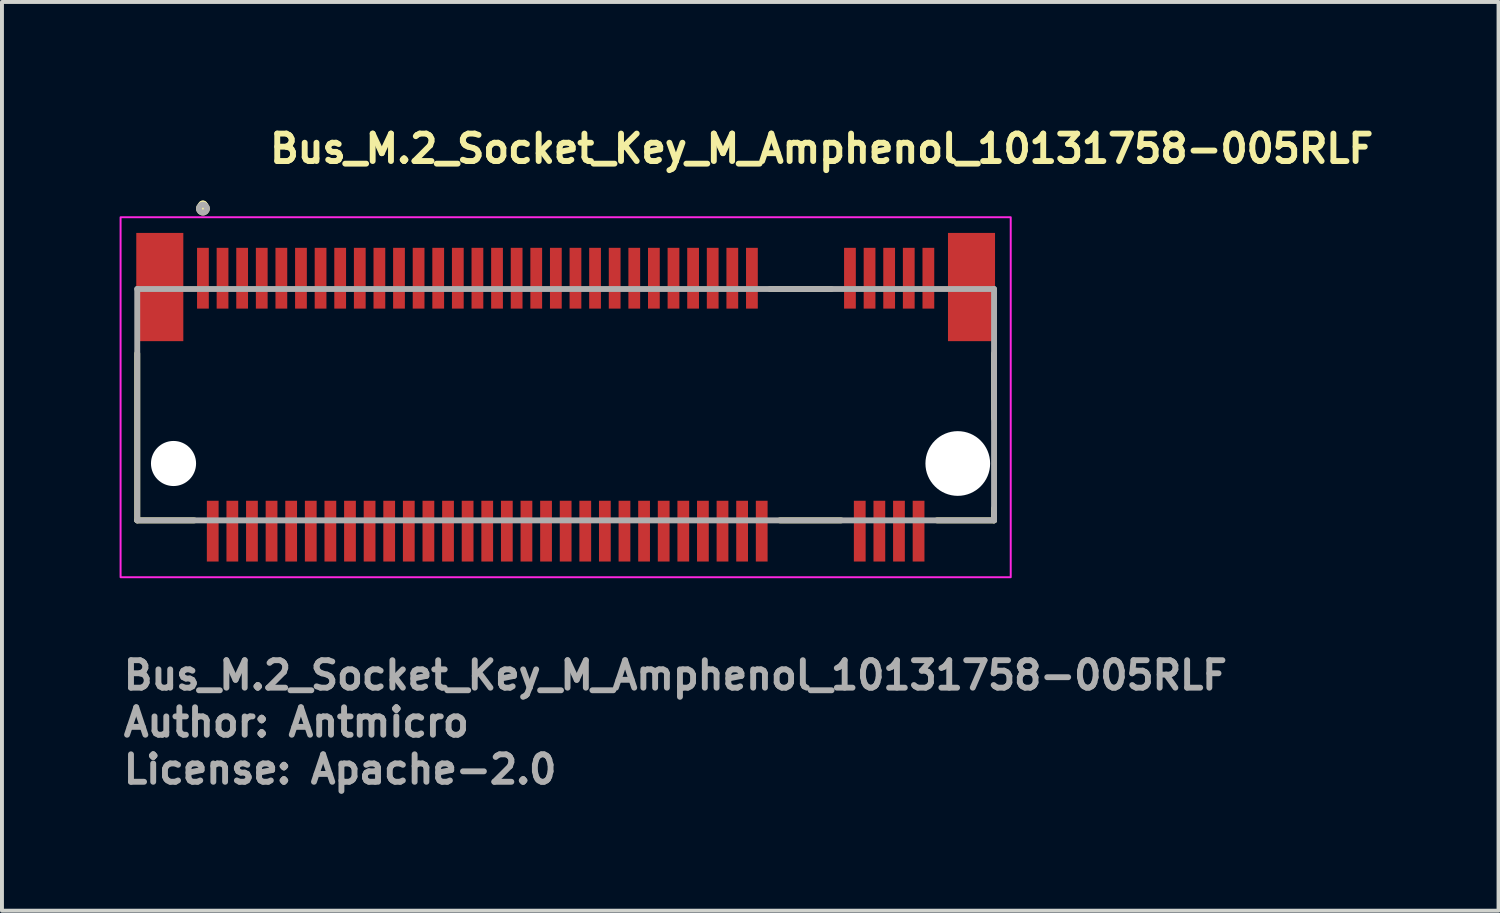
<source format=kicad_pcb>
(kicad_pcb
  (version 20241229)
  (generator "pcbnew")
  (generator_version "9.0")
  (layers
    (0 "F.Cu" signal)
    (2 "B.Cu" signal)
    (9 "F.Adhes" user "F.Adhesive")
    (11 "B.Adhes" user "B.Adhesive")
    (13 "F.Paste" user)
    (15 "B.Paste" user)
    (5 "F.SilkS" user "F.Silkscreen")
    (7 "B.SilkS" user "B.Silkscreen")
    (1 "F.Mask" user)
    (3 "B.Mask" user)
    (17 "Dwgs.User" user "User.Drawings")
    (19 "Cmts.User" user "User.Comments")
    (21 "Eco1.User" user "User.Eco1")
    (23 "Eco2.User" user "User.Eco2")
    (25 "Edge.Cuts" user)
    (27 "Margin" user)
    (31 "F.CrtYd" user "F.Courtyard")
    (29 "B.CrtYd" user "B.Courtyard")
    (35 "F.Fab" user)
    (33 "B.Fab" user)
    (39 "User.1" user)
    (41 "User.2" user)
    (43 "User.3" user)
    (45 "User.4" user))
  (footprint "Bus_M.2_Socket_Key_M_Amphenol_10131758-005RLF"
    (layer "F.Cu")
    (at 11.375 7.27)
    (property "Reference" "Bus_M.2_Socket_Key_M_Amphenol_10131758-005RLF" (at -7.62 -6.12 0) (layer "F.SilkS") (effects (font (size 0.7 0.7) (thickness 0.15)) (justify left bottom)))
    (attr smd)
    (fp_line (start -10.925 2.95) (end -10.925 -1.305) (stroke (width 0.15) (type solid)) (layer "F.SilkS"))
    (fp_line (start -9.47 2.95) (end -10.925 2.95) (stroke (width 0.15) (type solid)) (layer "F.SilkS"))
    (fp_line (start 5.214 -2.95) (end 6.776 -2.95) (stroke (width 0.15) (type solid)) (layer "F.SilkS"))
    (fp_line (start 5.464 2.95) (end 7.026 2.95) (stroke (width 0.15) (type solid)) (layer "F.SilkS"))
    (fp_line (start 10.925 -1.305) (end 10.925 0.355) (stroke (width 0.15) (type solid)) (layer "F.SilkS"))
    (fp_line (start 10.925 2.95) (end 9.47 2.95) (stroke (width 0.15) (type solid)) (layer "F.SilkS"))
    (fp_line (start 10.925 2.95) (end 10.925 2.645) (stroke (width 0.15) (type solid)) (layer "F.SilkS"))
    (fp_circle (center -9.25 -5.08) (end -9.2 -5.08) (stroke (width 0.15) (type solid)) (fill yes) (layer "F.SilkS"))
    (fp_circle (center -9.25 -5.08) (end -9.2 -5.08) (stroke (width 0.15) (type solid)) (fill yes) (layer "F.SilkS"))
    (fp_circle (center -9.25 -5) (end -9.15 -5) (stroke (width 0.15) (type solid)) (fill no) (layer "F.SilkS"))
    (fp_rect (start -11.35 -4.78) (end 11.35 4.4) (stroke (width 0.05) (type solid)) (fill no) (layer "F.CrtYd"))
    (fp_line (start -10.925 -2.95) (end 10.925 -2.95) (stroke (width 0.15) (type solid)) (layer "F.Fab"))
    (fp_line (start -10.925 2.95) (end -10.925 -2.95) (stroke (width 0.15) (type solid)) (layer "F.Fab"))
    (fp_line (start 10.925 -2.95) (end 10.925 2.95) (stroke (width 0.15) (type solid)) (layer "F.Fab"))
    (fp_line (start 10.925 2.95) (end -10.925 2.95) (stroke (width 0.15) (type solid)) (layer "F.Fab"))
    (fp_circle (center -9.25 -5) (end -9.15 -5) (stroke (width 0.15) (type solid)) (fill no) (layer "F.Fab"))
    (fp_rect (start -10.925 -3.35) (end 10.925 3.35) (stroke (width 0.1) (type solid)) (fill no) (layer "User.5"))
    (fp_line (start -10.925 -2.95) (end -10.925 2.26) (stroke (width 0.02) (type solid)) (layer "User.9"))
    (fp_line (start -10.925 -2.95) (end 10.925 -2.95) (stroke (width 0.02) (type solid)) (layer "User.9"))
    (fp_line (start -10.925 2.465) (end -10.925 2.26) (stroke (width 0.02) (type solid)) (layer "User.9"))
    (fp_line (start -10.925 2.465) (end -10.925 2.465) (stroke (width 0.02) (type solid)) (layer "User.9"))
    (fp_line (start -10.925 2.55) (end -10.925 2.465) (stroke (width 0.02) (type solid)) (layer "User.9"))
    (fp_line (start -10.925 2.55) (end -10.365 2.55) (stroke (width 0.02) (type solid)) (layer "User.9"))
    (fp_line (start -10.925 2.95) (end -10.925 2.55) (stroke (width 0.02) (type solid)) (layer "User.9"))
    (fp_line (start -10.365 1.75) (end 10.365 1.75) (stroke (width 0.02) (type solid)) (layer "User.9"))
    (fp_line (start -10.365 2.26) (end -10.16 2.26) (stroke (width 0.02) (type solid)) (layer "User.9"))
    (fp_line (start -10.365 2.55) (end -10.351 2.55) (stroke (width 0.02) (type solid)) (layer "User.9"))
    (fp_line (start -10.351 2.55) (end -10.336 2.549) (stroke (width 0.02) (type solid)) (layer "User.9"))
    (fp_line (start -10.336 2.549) (end -10.322 2.547) (stroke (width 0.02) (type solid)) (layer "User.9"))
    (fp_line (start -10.322 2.547) (end -10.308 2.544) (stroke (width 0.02) (type solid)) (layer "User.9"))
    (fp_line (start -10.308 2.544) (end -10.294 2.541) (stroke (width 0.02) (type solid)) (layer "User.9"))
    (fp_line (start -10.294 2.541) (end -10.281 2.537) (stroke (width 0.02) (type solid)) (layer "User.9"))
    (fp_line (start -10.281 2.537) (end -10.267 2.533) (stroke (width 0.02) (type solid)) (layer "User.9"))
    (fp_line (start -10.267 2.533) (end -10.254 2.528) (stroke (width 0.02) (type solid)) (layer "User.9"))
    (fp_line (start -10.254 2.528) (end -10.241 2.522) (stroke (width 0.02) (type solid)) (layer "User.9"))
    (fp_line (start -10.241 2.522) (end -10.228 2.516) (stroke (width 0.02) (type solid)) (layer "User.9"))
    (fp_line (start -10.228 2.516) (end -10.216 2.509) (stroke (width 0.02) (type solid)) (layer "User.9"))
    (fp_line (start -10.216 2.509) (end -10.204 2.501) (stroke (width 0.02) (type solid)) (layer "User.9"))
    (fp_line (start -10.204 2.501) (end -10.192 2.493) (stroke (width 0.02) (type solid)) (layer "User.9"))
    (fp_line (start -10.192 2.493) (end -10.181 2.484) (stroke (width 0.02) (type solid)) (layer "User.9"))
    (fp_line (start -10.181 2.484) (end -10.17 2.475) (stroke (width 0.02) (type solid)) (layer "User.9"))
    (fp_line (start -10.17 2.475) (end -10.16 2.465) (stroke (width 0.02) (type solid)) (layer "User.9"))
    (fp_line (start -10.16 2.26) (end -10.16 2.26) (stroke (width 0.02) (type solid)) (layer "User.9"))
    (fp_line (start -10.16 2.26) (end -10.075 2.26) (stroke (width 0.02) (type solid)) (layer "User.9"))
    (fp_line (start -10.16 2.465) (end -10.16 2.465) (stroke (width 0.02) (type solid)) (layer "User.9"))
    (fp_line (start -10.16 2.465) (end -10.15 2.455) (stroke (width 0.02) (type solid)) (layer "User.9"))
    (fp_line (start -10.15 2.455) (end -10.141 2.444) (stroke (width 0.02) (type solid)) (layer "User.9"))
    (fp_line (start -10.141 2.444) (end -10.132 2.433) (stroke (width 0.02) (type solid)) (layer "User.9"))
    (fp_line (start -10.132 2.433) (end -10.124 2.421) (stroke (width 0.02) (type solid)) (layer "User.9"))
    (fp_line (start -10.124 2.421) (end -10.116 2.409) (stroke (width 0.02) (type solid)) (layer "User.9"))
    (fp_line (start -10.116 2.409) (end -10.109 2.397) (stroke (width 0.02) (type solid)) (layer "User.9"))
    (fp_line (start -10.109 2.397) (end -10.103 2.384) (stroke (width 0.02) (type solid)) (layer "User.9"))
    (fp_line (start -10.103 2.384) (end -10.097 2.371) (stroke (width 0.02) (type solid)) (layer "User.9"))
    (fp_line (start -10.097 2.371) (end -10.092 2.358) (stroke (width 0.02) (type solid)) (layer "User.9"))
    (fp_line (start -10.092 2.358) (end -10.088 2.344) (stroke (width 0.02) (type solid)) (layer "User.9"))
    (fp_line (start -10.088 2.344) (end -10.084 2.331) (stroke (width 0.02) (type solid)) (layer "User.9"))
    (fp_line (start -10.084 2.331) (end -10.081 2.317) (stroke (width 0.02) (type solid)) (layer "User.9"))
    (fp_line (start -10.081 2.317) (end -10.078 2.303) (stroke (width 0.02) (type solid)) (layer "User.9"))
    (fp_line (start -10.078 2.303) (end -10.076 2.289) (stroke (width 0.02) (type solid)) (layer "User.9"))
    (fp_line (start -10.076 2.289) (end -10.075 2.274) (stroke (width 0.02) (type solid)) (layer "User.9"))
    (fp_line (start -10.075 2.26) (end -10.075 1.75) (stroke (width 0.02) (type solid)) (layer "User.9"))
    (fp_line (start -10.075 2.26) (end -10.075 2.95) (stroke (width 0.02) (type solid)) (layer "User.9"))
    (fp_line (start -10.075 2.274) (end -10.075 2.26) (stroke (width 0.02) (type solid)) (layer "User.9"))
    (fp_line (start -10.075 2.95) (end -10.925 2.95) (stroke (width 0.02) (type solid)) (layer "User.9"))
    (fp_line (start -10.075 2.95) (end -10.075 2.26) (stroke (width 0.02) (type solid)) (layer "User.9"))
    (fp_line (start -9.43 1.75) (end -9.43 2.95) (stroke (width 0.02) (type solid)) (layer "User.9"))
    (fp_line (start -9.43 2.95) (end -10.075 2.95) (stroke (width 0.02) (type solid)) (layer "User.9"))
    (fp_line (start -9.3 -3.35) (end -9.3 -3.3) (stroke (width 0.02) (type solid)) (layer "User.9"))
    (fp_line (start -9.3 -3.3) (end -9.3 -3.05) (stroke (width 0.02) (type solid)) (layer "User.9"))
    (fp_line (start -9.3 -3.05) (end -9.3 -2.95) (stroke (width 0.02) (type solid)) (layer "User.9"))
    (fp_line (start -9.2 -3.35) (end -9.3 -3.35) (stroke (width 0.02) (type solid)) (layer "User.9"))
    (fp_line (start -9.2 -3.35) (end -9.2 -3.3) (stroke (width 0.02) (type solid)) (layer "User.9"))
    (fp_line (start -9.2 -3.3) (end -9.2 -3.05) (stroke (width 0.02) (type solid)) (layer "User.9"))
    (fp_line (start -9.2 -3.05) (end -9.2 -2.95) (stroke (width 0.02) (type solid)) (layer "User.9"))
    (fp_line (start -9.05 3.05) (end -9.05 2.95) (stroke (width 0.02) (type solid)) (layer "User.9"))
    (fp_line (start -9.05 3.3) (end -9.05 3.05) (stroke (width 0.02) (type solid)) (layer "User.9"))
    (fp_line (start -9.05 3.35) (end -9.05 3.3) (stroke (width 0.02) (type solid)) (layer "User.9"))
    (fp_line (start -9.05 3.35) (end -8.95 3.35) (stroke (width 0.02) (type solid)) (layer "User.9"))
    (fp_line (start -8.95 3.05) (end -8.95 2.95) (stroke (width 0.02) (type solid)) (layer "User.9"))
    (fp_line (start -8.95 3.3) (end -8.95 3.05) (stroke (width 0.02) (type solid)) (layer "User.9"))
    (fp_line (start -8.95 3.35) (end -8.95 3.3) (stroke (width 0.02) (type solid)) (layer "User.9"))
    (fp_line (start -8.8 -3.35) (end -8.8 -3.3) (stroke (width 0.02) (type solid)) (layer "User.9"))
    (fp_line (start -8.8 -3.3) (end -8.8 -3.05) (stroke (width 0.02) (type solid)) (layer "User.9"))
    (fp_line (start -8.8 -3.05) (end -8.8 -2.95) (stroke (width 0.02) (type solid)) (layer "User.9"))
    (fp_line (start -8.7 -3.35) (end -8.8 -3.35) (stroke (width 0.02) (type solid)) (layer "User.9"))
    (fp_line (start -8.7 -3.35) (end -8.7 -3.3) (stroke (width 0.02) (type solid)) (layer "User.9"))
    (fp_line (start -8.7 -3.3) (end -8.7 -3.05) (stroke (width 0.02) (type solid)) (layer "User.9"))
    (fp_line (start -8.7 -3.05) (end -8.7 -2.95) (stroke (width 0.02) (type solid)) (layer "User.9"))
    (fp_line (start -8.55 3.05) (end -8.55 2.95) (stroke (width 0.02) (type solid)) (layer "User.9"))
    (fp_line (start -8.55 3.3) (end -8.55 3.05) (stroke (width 0.02) (type solid)) (layer "User.9"))
    (fp_line (start -8.55 3.35) (end -8.55 3.3) (stroke (width 0.02) (type solid)) (layer "User.9"))
    (fp_line (start -8.55 3.35) (end -8.45 3.35) (stroke (width 0.02) (type solid)) (layer "User.9"))
    (fp_line (start -8.45 3.05) (end -8.45 2.95) (stroke (width 0.02) (type solid)) (layer "User.9"))
    (fp_line (start -8.45 3.3) (end -8.45 3.05) (stroke (width 0.02) (type solid)) (layer "User.9"))
    (fp_line (start -8.45 3.35) (end -8.45 3.3) (stroke (width 0.02) (type solid)) (layer "User.9"))
    (fp_line (start -8.3 -3.35) (end -8.3 -3.3) (stroke (width 0.02) (type solid)) (layer "User.9"))
    (fp_line (start -8.3 -3.3) (end -8.3 -3.05) (stroke (width 0.02) (type solid)) (layer "User.9"))
    (fp_line (start -8.3 -3.05) (end -8.3 -2.95) (stroke (width 0.02) (type solid)) (layer "User.9"))
    (fp_line (start -8.2 -3.35) (end -8.3 -3.35) (stroke (width 0.02) (type solid)) (layer "User.9"))
    (fp_line (start -8.2 -3.35) (end -8.2 -3.3) (stroke (width 0.02) (type solid)) (layer "User.9"))
    (fp_line (start -8.2 -3.3) (end -8.2 -3.05) (stroke (width 0.02) (type solid)) (layer "User.9"))
    (fp_line (start -8.2 -3.05) (end -8.2 -2.95) (stroke (width 0.02) (type solid)) (layer "User.9"))
    (fp_line (start -8.05 3.05) (end -8.05 2.95) (stroke (width 0.02) (type solid)) (layer "User.9"))
    (fp_line (start -8.05 3.3) (end -8.05 3.05) (stroke (width 0.02) (type solid)) (layer "User.9"))
    (fp_line (start -8.05 3.35) (end -8.05 3.3) (stroke (width 0.02) (type solid)) (layer "User.9"))
    (fp_line (start -8.05 3.35) (end -7.95 3.35) (stroke (width 0.02) (type solid)) (layer "User.9"))
    (fp_line (start -7.95 3.05) (end -7.95 2.95) (stroke (width 0.02) (type solid)) (layer "User.9"))
    (fp_line (start -7.95 3.3) (end -7.95 3.05) (stroke (width 0.02) (type solid)) (layer "User.9"))
    (fp_line (start -7.95 3.35) (end -7.95 3.3) (stroke (width 0.02) (type solid)) (layer "User.9"))
    (fp_line (start -7.8 -3.35) (end -7.8 -3.3) (stroke (width 0.02) (type solid)) (layer "User.9"))
    (fp_line (start -7.8 -3.3) (end -7.8 -3.05) (stroke (width 0.02) (type solid)) (layer "User.9"))
    (fp_line (start -7.8 -3.05) (end -7.8 -2.95) (stroke (width 0.02) (type solid)) (layer "User.9"))
    (fp_line (start -7.7 -3.35) (end -7.8 -3.35) (stroke (width 0.02) (type solid)) (layer "User.9"))
    (fp_line (start -7.7 -3.35) (end -7.7 -3.3) (stroke (width 0.02) (type solid)) (layer "User.9"))
    (fp_line (start -7.7 -3.3) (end -7.7 -3.05) (stroke (width 0.02) (type solid)) (layer "User.9"))
    (fp_line (start -7.7 -3.05) (end -7.7 -2.95) (stroke (width 0.02) (type solid)) (layer "User.9"))
    (fp_line (start -7.55 3.05) (end -7.55 2.95) (stroke (width 0.02) (type solid)) (layer "User.9"))
    (fp_line (start -7.55 3.3) (end -7.55 3.05) (stroke (width 0.02) (type solid)) (layer "User.9"))
    (fp_line (start -7.55 3.35) (end -7.55 3.3) (stroke (width 0.02) (type solid)) (layer "User.9"))
    (fp_line (start -7.55 3.35) (end -7.45 3.35) (stroke (width 0.02) (type solid)) (layer "User.9"))
    (fp_line (start -7.45 3.05) (end -7.45 2.95) (stroke (width 0.02) (type solid)) (layer "User.9"))
    (fp_line (start -7.45 3.3) (end -7.45 3.05) (stroke (width 0.02) (type solid)) (layer "User.9"))
    (fp_line (start -7.45 3.35) (end -7.45 3.3) (stroke (width 0.02) (type solid)) (layer "User.9"))
    (fp_line (start -7.3 -3.35) (end -7.3 -3.3) (stroke (width 0.02) (type solid)) (layer "User.9"))
    (fp_line (start -7.3 -3.3) (end -7.3 -3.05) (stroke (width 0.02) (type solid)) (layer "User.9"))
    (fp_line (start -7.3 -3.05) (end -7.3 -2.95) (stroke (width 0.02) (type solid)) (layer "User.9"))
    (fp_line (start -7.2 -3.35) (end -7.3 -3.35) (stroke (width 0.02) (type solid)) (layer "User.9"))
    (fp_line (start -7.2 -3.35) (end -7.2 -3.3) (stroke (width 0.02) (type solid)) (layer "User.9"))
    (fp_line (start -7.2 -3.3) (end -7.2 -3.05) (stroke (width 0.02) (type solid)) (layer "User.9"))
    (fp_line (start -7.2 -3.05) (end -7.2 -2.95) (stroke (width 0.02) (type solid)) (layer "User.9"))
    (fp_line (start -7.05 3.05) (end -7.05 2.95) (stroke (width 0.02) (type solid)) (layer "User.9"))
    (fp_line (start -7.05 3.3) (end -7.05 3.05) (stroke (width 0.02) (type solid)) (layer "User.9"))
    (fp_line (start -7.05 3.35) (end -7.05 3.3) (stroke (width 0.02) (type solid)) (layer "User.9"))
    (fp_line (start -7.05 3.35) (end -6.95 3.35) (stroke (width 0.02) (type solid)) (layer "User.9"))
    (fp_line (start -6.95 3.05) (end -6.95 2.95) (stroke (width 0.02) (type solid)) (layer "User.9"))
    (fp_line (start -6.95 3.3) (end -6.95 3.05) (stroke (width 0.02) (type solid)) (layer "User.9"))
    (fp_line (start -6.95 3.35) (end -6.95 3.3) (stroke (width 0.02) (type solid)) (layer "User.9"))
    (fp_line (start -6.8 -3.35) (end -6.8 -3.3) (stroke (width 0.02) (type solid)) (layer "User.9"))
    (fp_line (start -6.8 -3.3) (end -6.8 -3.05) (stroke (width 0.02) (type solid)) (layer "User.9"))
    (fp_line (start -6.8 -3.05) (end -6.8 -2.95) (stroke (width 0.02) (type solid)) (layer "User.9"))
    (fp_line (start -6.7 -3.35) (end -6.8 -3.35) (stroke (width 0.02) (type solid)) (layer "User.9"))
    (fp_line (start -6.7 -3.35) (end -6.7 -3.3) (stroke (width 0.02) (type solid)) (layer "User.9"))
    (fp_line (start -6.7 -3.3) (end -6.7 -3.05) (stroke (width 0.02) (type solid)) (layer "User.9"))
    (fp_line (start -6.7 -3.05) (end -6.7 -2.95) (stroke (width 0.02) (type solid)) (layer "User.9"))
    (fp_line (start -6.55 3.05) (end -6.55 2.95) (stroke (width 0.02) (type solid)) (layer "User.9"))
    (fp_line (start -6.55 3.3) (end -6.55 3.05) (stroke (width 0.02) (type solid)) (layer "User.9"))
    (fp_line (start -6.55 3.35) (end -6.55 3.3) (stroke (width 0.02) (type solid)) (layer "User.9"))
    (fp_line (start -6.55 3.35) (end -6.45 3.35) (stroke (width 0.02) (type solid)) (layer "User.9"))
    (fp_line (start -6.45 3.05) (end -6.45 2.95) (stroke (width 0.02) (type solid)) (layer "User.9"))
    (fp_line (start -6.45 3.3) (end -6.45 3.05) (stroke (width 0.02) (type solid)) (layer "User.9"))
    (fp_line (start -6.45 3.35) (end -6.45 3.3) (stroke (width 0.02) (type solid)) (layer "User.9"))
    (fp_line (start -6.3 -3.35) (end -6.3 -3.3) (stroke (width 0.02) (type solid)) (layer "User.9"))
    (fp_line (start -6.3 -3.3) (end -6.3 -3.05) (stroke (width 0.02) (type solid)) (layer "User.9"))
    (fp_line (start -6.3 -3.05) (end -6.3 -2.95) (stroke (width 0.02) (type solid)) (layer "User.9"))
    (fp_line (start -6.2 -3.35) (end -6.3 -3.35) (stroke (width 0.02) (type solid)) (layer "User.9"))
    (fp_line (start -6.2 -3.35) (end -6.2 -3.3) (stroke (width 0.02) (type solid)) (layer "User.9"))
    (fp_line (start -6.2 -3.3) (end -6.2 -3.05) (stroke (width 0.02) (type solid)) (layer "User.9"))
    (fp_line (start -6.2 -3.05) (end -6.2 -2.95) (stroke (width 0.02) (type solid)) (layer "User.9"))
    (fp_line (start -6.05 3.05) (end -6.05 2.95) (stroke (width 0.02) (type solid)) (layer "User.9"))
    (fp_line (start -6.05 3.3) (end -6.05 3.05) (stroke (width 0.02) (type solid)) (layer "User.9"))
    (fp_line (start -6.05 3.35) (end -6.05 3.3) (stroke (width 0.02) (type solid)) (layer "User.9"))
    (fp_line (start -6.05 3.35) (end -5.95 3.35) (stroke (width 0.02) (type solid)) (layer "User.9"))
    (fp_line (start -5.95 3.05) (end -5.95 2.95) (stroke (width 0.02) (type solid)) (layer "User.9"))
    (fp_line (start -5.95 3.3) (end -5.95 3.05) (stroke (width 0.02) (type solid)) (layer "User.9"))
    (fp_line (start -5.95 3.35) (end -5.95 3.3) (stroke (width 0.02) (type solid)) (layer "User.9"))
    (fp_line (start -5.8 -3.35) (end -5.8 -3.3) (stroke (width 0.02) (type solid)) (layer "User.9"))
    (fp_line (start -5.8 -3.3) (end -5.8 -3.05) (stroke (width 0.02) (type solid)) (layer "User.9"))
    (fp_line (start -5.8 -3.05) (end -5.8 -2.95) (stroke (width 0.02) (type solid)) (layer "User.9"))
    (fp_line (start -5.7 -3.35) (end -5.8 -3.35) (stroke (width 0.02) (type solid)) (layer "User.9"))
    (fp_line (start -5.7 -3.35) (end -5.7 -3.3) (stroke (width 0.02) (type solid)) (layer "User.9"))
    (fp_line (start -5.7 -3.3) (end -5.7 -3.05) (stroke (width 0.02) (type solid)) (layer "User.9"))
    (fp_line (start -5.7 -3.05) (end -5.7 -2.95) (stroke (width 0.02) (type solid)) (layer "User.9"))
    (fp_line (start -5.55 3.05) (end -5.55 2.95) (stroke (width 0.02) (type solid)) (layer "User.9"))
    (fp_line (start -5.55 3.3) (end -5.55 3.05) (stroke (width 0.02) (type solid)) (layer "User.9"))
    (fp_line (start -5.55 3.35) (end -5.55 3.3) (stroke (width 0.02) (type solid)) (layer "User.9"))
    (fp_line (start -5.55 3.35) (end -5.45 3.35) (stroke (width 0.02) (type solid)) (layer "User.9"))
    (fp_line (start -5.45 3.05) (end -5.45 2.95) (stroke (width 0.02) (type solid)) (layer "User.9"))
    (fp_line (start -5.45 3.3) (end -5.45 3.05) (stroke (width 0.02) (type solid)) (layer "User.9"))
    (fp_line (start -5.45 3.35) (end -5.45 3.3) (stroke (width 0.02) (type solid)) (layer "User.9"))
    (fp_line (start -5.3 -3.35) (end -5.3 -3.3) (stroke (width 0.02) (type solid)) (layer "User.9"))
    (fp_line (start -5.3 -3.3) (end -5.3 -3.05) (stroke (width 0.02) (type solid)) (layer "User.9"))
    (fp_line (start -5.3 -3.05) (end -5.3 -2.95) (stroke (width 0.02) (type solid)) (layer "User.9"))
    (fp_line (start -5.2 -3.35) (end -5.3 -3.35) (stroke (width 0.02) (type solid)) (layer "User.9"))
    (fp_line (start -5.2 -3.35) (end -5.2 -3.3) (stroke (width 0.02) (type solid)) (layer "User.9"))
    (fp_line (start -5.2 -3.3) (end -5.2 -3.05) (stroke (width 0.02) (type solid)) (layer "User.9"))
    (fp_line (start -5.2 -3.05) (end -5.2 -2.95) (stroke (width 0.02) (type solid)) (layer "User.9"))
    (fp_line (start -5.05 3.05) (end -5.05 2.95) (stroke (width 0.02) (type solid)) (layer "User.9"))
    (fp_line (start -5.05 3.3) (end -5.05 3.05) (stroke (width 0.02) (type solid)) (layer "User.9"))
    (fp_line (start -5.05 3.35) (end -5.05 3.3) (stroke (width 0.02) (type solid)) (layer "User.9"))
    (fp_line (start -5.05 3.35) (end -4.95 3.35) (stroke (width 0.02) (type solid)) (layer "User.9"))
    (fp_line (start -4.95 3.05) (end -4.95 2.95) (stroke (width 0.02) (type solid)) (layer "User.9"))
    (fp_line (start -4.95 3.3) (end -4.95 3.05) (stroke (width 0.02) (type solid)) (layer "User.9"))
    (fp_line (start -4.95 3.35) (end -4.95 3.3) (stroke (width 0.02) (type solid)) (layer "User.9"))
    (fp_line (start -4.8 -3.35) (end -4.8 -3.3) (stroke (width 0.02) (type solid)) (layer "User.9"))
    (fp_line (start -4.8 -3.3) (end -4.8 -3.05) (stroke (width 0.02) (type solid)) (layer "User.9"))
    (fp_line (start -4.8 -3.05) (end -4.8 -2.95) (stroke (width 0.02) (type solid)) (layer "User.9"))
    (fp_line (start -4.7 -3.35) (end -4.8 -3.35) (stroke (width 0.02) (type solid)) (layer "User.9"))
    (fp_line (start -4.7 -3.35) (end -4.7 -3.3) (stroke (width 0.02) (type solid)) (layer "User.9"))
    (fp_line (start -4.7 -3.3) (end -4.7 -3.05) (stroke (width 0.02) (type solid)) (layer "User.9"))
    (fp_line (start -4.7 -3.05) (end -4.7 -2.95) (stroke (width 0.02) (type solid)) (layer "User.9"))
    (fp_line (start -4.55 3.05) (end -4.55 2.95) (stroke (width 0.02) (type solid)) (layer "User.9"))
    (fp_line (start -4.55 3.3) (end -4.55 3.05) (stroke (width 0.02) (type solid)) (layer "User.9"))
    (fp_line (start -4.55 3.35) (end -4.55 3.3) (stroke (width 0.02) (type solid)) (layer "User.9"))
    (fp_line (start -4.55 3.35) (end -4.45 3.35) (stroke (width 0.02) (type solid)) (layer "User.9"))
    (fp_line (start -4.45 3.05) (end -4.45 2.95) (stroke (width 0.02) (type solid)) (layer "User.9"))
    (fp_line (start -4.45 3.3) (end -4.45 3.05) (stroke (width 0.02) (type solid)) (layer "User.9"))
    (fp_line (start -4.45 3.35) (end -4.45 3.3) (stroke (width 0.02) (type solid)) (layer "User.9"))
    (fp_line (start -4.3 -3.35) (end -4.3 -3.3) (stroke (width 0.02) (type solid)) (layer "User.9"))
    (fp_line (start -4.3 -3.3) (end -4.3 -3.05) (stroke (width 0.02) (type solid)) (layer "User.9"))
    (fp_line (start -4.3 -3.05) (end -4.3 -2.95) (stroke (width 0.02) (type solid)) (layer "User.9"))
    (fp_line (start -4.2 -3.35) (end -4.3 -3.35) (stroke (width 0.02) (type solid)) (layer "User.9"))
    (fp_line (start -4.2 -3.35) (end -4.2 -3.3) (stroke (width 0.02) (type solid)) (layer "User.9"))
    (fp_line (start -4.2 -3.3) (end -4.2 -3.05) (stroke (width 0.02) (type solid)) (layer "User.9"))
    (fp_line (start -4.2 -3.05) (end -4.2 -2.95) (stroke (width 0.02) (type solid)) (layer "User.9"))
    (fp_line (start -4.05 3.05) (end -4.05 2.95) (stroke (width 0.02) (type solid)) (layer "User.9"))
    (fp_line (start -4.05 3.3) (end -4.05 3.05) (stroke (width 0.02) (type solid)) (layer "User.9"))
    (fp_line (start -4.05 3.35) (end -4.05 3.3) (stroke (width 0.02) (type solid)) (layer "User.9"))
    (fp_line (start -4.05 3.35) (end -3.95 3.35) (stroke (width 0.02) (type solid)) (layer "User.9"))
    (fp_line (start -3.95 3.05) (end -3.95 2.95) (stroke (width 0.02) (type solid)) (layer "User.9"))
    (fp_line (start -3.95 3.3) (end -3.95 3.05) (stroke (width 0.02) (type solid)) (layer "User.9"))
    (fp_line (start -3.95 3.35) (end -3.95 3.3) (stroke (width 0.02) (type solid)) (layer "User.9"))
    (fp_line (start -3.8 -3.35) (end -3.8 -3.3) (stroke (width 0.02) (type solid)) (layer "User.9"))
    (fp_line (start -3.8 -3.3) (end -3.8 -3.05) (stroke (width 0.02) (type solid)) (layer "User.9"))
    (fp_line (start -3.8 -3.05) (end -3.8 -2.95) (stroke (width 0.02) (type solid)) (layer "User.9"))
    (fp_line (start -3.7 -3.35) (end -3.8 -3.35) (stroke (width 0.02) (type solid)) (layer "User.9"))
    (fp_line (start -3.7 -3.35) (end -3.7 -3.3) (stroke (width 0.02) (type solid)) (layer "User.9"))
    (fp_line (start -3.7 -3.3) (end -3.7 -3.05) (stroke (width 0.02) (type solid)) (layer "User.9"))
    (fp_line (start -3.7 -3.05) (end -3.7 -2.95) (stroke (width 0.02) (type solid)) (layer "User.9"))
    (fp_line (start -3.55 3.05) (end -3.55 2.95) (stroke (width 0.02) (type solid)) (layer "User.9"))
    (fp_line (start -3.55 3.3) (end -3.55 3.05) (stroke (width 0.02) (type solid)) (layer "User.9"))
    (fp_line (start -3.55 3.35) (end -3.55 3.3) (stroke (width 0.02) (type solid)) (layer "User.9"))
    (fp_line (start -3.55 3.35) (end -3.45 3.35) (stroke (width 0.02) (type solid)) (layer "User.9"))
    (fp_line (start -3.45 3.05) (end -3.45 2.95) (stroke (width 0.02) (type solid)) (layer "User.9"))
    (fp_line (start -3.45 3.3) (end -3.45 3.05) (stroke (width 0.02) (type solid)) (layer "User.9"))
    (fp_line (start -3.45 3.35) (end -3.45 3.3) (stroke (width 0.02) (type solid)) (layer "User.9"))
    (fp_line (start -3.3 -3.35) (end -3.3 -3.3) (stroke (width 0.02) (type solid)) (layer "User.9"))
    (fp_line (start -3.3 -3.3) (end -3.3 -3.05) (stroke (width 0.02) (type solid)) (layer "User.9"))
    (fp_line (start -3.3 -3.05) (end -3.3 -2.95) (stroke (width 0.02) (type solid)) (layer "User.9"))
    (fp_line (start -3.2 -3.35) (end -3.3 -3.35) (stroke (width 0.02) (type solid)) (layer "User.9"))
    (fp_line (start -3.2 -3.35) (end -3.2 -3.3) (stroke (width 0.02) (type solid)) (layer "User.9"))
    (fp_line (start -3.2 -3.3) (end -3.2 -3.05) (stroke (width 0.02) (type solid)) (layer "User.9"))
    (fp_line (start -3.2 -3.05) (end -3.2 -2.95) (stroke (width 0.02) (type solid)) (layer "User.9"))
    (fp_line (start -3.05 3.05) (end -3.05 2.95) (stroke (width 0.02) (type solid)) (layer "User.9"))
    (fp_line (start -3.05 3.3) (end -3.05 3.05) (stroke (width 0.02) (type solid)) (layer "User.9"))
    (fp_line (start -3.05 3.35) (end -3.05 3.3) (stroke (width 0.02) (type solid)) (layer "User.9"))
    (fp_line (start -3.05 3.35) (end -2.95 3.35) (stroke (width 0.02) (type solid)) (layer "User.9"))
    (fp_line (start -2.95 3.05) (end -2.95 2.95) (stroke (width 0.02) (type solid)) (layer "User.9"))
    (fp_line (start -2.95 3.3) (end -2.95 3.05) (stroke (width 0.02) (type solid)) (layer "User.9"))
    (fp_line (start -2.95 3.35) (end -2.95 3.3) (stroke (width 0.02) (type solid)) (layer "User.9"))
    (fp_line (start -2.8 -3.35) (end -2.8 -3.3) (stroke (width 0.02) (type solid)) (layer "User.9"))
    (fp_line (start -2.8 -3.3) (end -2.8 -3.05) (stroke (width 0.02) (type solid)) (layer "User.9"))
    (fp_line (start -2.8 -3.05) (end -2.8 -2.95) (stroke (width 0.02) (type solid)) (layer "User.9"))
    (fp_line (start -2.7 -3.35) (end -2.8 -3.35) (stroke (width 0.02) (type solid)) (layer "User.9"))
    (fp_line (start -2.7 -3.35) (end -2.7 -3.3) (stroke (width 0.02) (type solid)) (layer "User.9"))
    (fp_line (start -2.7 -3.3) (end -2.7 -3.05) (stroke (width 0.02) (type solid)) (layer "User.9"))
    (fp_line (start -2.7 -3.05) (end -2.7 -2.95) (stroke (width 0.02) (type solid)) (layer "User.9"))
    (fp_line (start -2.55 3.05) (end -2.55 2.95) (stroke (width 0.02) (type solid)) (layer "User.9"))
    (fp_line (start -2.55 3.3) (end -2.55 3.05) (stroke (width 0.02) (type solid)) (layer "User.9"))
    (fp_line (start -2.55 3.35) (end -2.55 3.3) (stroke (width 0.02) (type solid)) (layer "User.9"))
    (fp_line (start -2.55 3.35) (end -2.45 3.35) (stroke (width 0.02) (type solid)) (layer "User.9"))
    (fp_line (start -2.45 3.05) (end -2.45 2.95) (stroke (width 0.02) (type solid)) (layer "User.9"))
    (fp_line (start -2.45 3.3) (end -2.45 3.05) (stroke (width 0.02) (type solid)) (layer "User.9"))
    (fp_line (start -2.45 3.35) (end -2.45 3.3) (stroke (width 0.02) (type solid)) (layer "User.9"))
    (fp_line (start -2.3 -3.35) (end -2.3 -3.3) (stroke (width 0.02) (type solid)) (layer "User.9"))
    (fp_line (start -2.3 -3.3) (end -2.3 -3.05) (stroke (width 0.02) (type solid)) (layer "User.9"))
    (fp_line (start -2.3 -3.05) (end -2.3 -2.95) (stroke (width 0.02) (type solid)) (layer "User.9"))
    (fp_line (start -2.2 -3.35) (end -2.3 -3.35) (stroke (width 0.02) (type solid)) (layer "User.9"))
    (fp_line (start -2.2 -3.35) (end -2.2 -3.3) (stroke (width 0.02) (type solid)) (layer "User.9"))
    (fp_line (start -2.2 -3.3) (end -2.2 -3.05) (stroke (width 0.02) (type solid)) (layer "User.9"))
    (fp_line (start -2.2 -3.05) (end -2.2 -2.95) (stroke (width 0.02) (type solid)) (layer "User.9"))
    (fp_line (start -2.05 3.05) (end -2.05 2.95) (stroke (width 0.02) (type solid)) (layer "User.9"))
    (fp_line (start -2.05 3.3) (end -2.05 3.05) (stroke (width 0.02) (type solid)) (layer "User.9"))
    (fp_line (start -2.05 3.35) (end -2.05 3.3) (stroke (width 0.02) (type solid)) (layer "User.9"))
    (fp_line (start -2.05 3.35) (end -1.95 3.35) (stroke (width 0.02) (type solid)) (layer "User.9"))
    (fp_line (start -1.95 3.05) (end -1.95 2.95) (stroke (width 0.02) (type solid)) (layer "User.9"))
    (fp_line (start -1.95 3.3) (end -1.95 3.05) (stroke (width 0.02) (type solid)) (layer "User.9"))
    (fp_line (start -1.95 3.35) (end -1.95 3.3) (stroke (width 0.02) (type solid)) (layer "User.9"))
    (fp_line (start -1.8 -3.35) (end -1.8 -3.3) (stroke (width 0.02) (type solid)) (layer "User.9"))
    (fp_line (start -1.8 -3.3) (end -1.8 -3.05) (stroke (width 0.02) (type solid)) (layer "User.9"))
    (fp_line (start -1.8 -3.05) (end -1.8 -2.95) (stroke (width 0.02) (type solid)) (layer "User.9"))
    (fp_line (start -1.7 -3.35) (end -1.8 -3.35) (stroke (width 0.02) (type solid)) (layer "User.9"))
    (fp_line (start -1.7 -3.35) (end -1.7 -3.3) (stroke (width 0.02) (type solid)) (layer "User.9"))
    (fp_line (start -1.7 -3.3) (end -1.7 -3.05) (stroke (width 0.02) (type solid)) (layer "User.9"))
    (fp_line (start -1.7 -3.05) (end -1.7 -2.95) (stroke (width 0.02) (type solid)) (layer "User.9"))
    (fp_line (start -1.55 3.05) (end -1.55 2.95) (stroke (width 0.02) (type solid)) (layer "User.9"))
    (fp_line (start -1.55 3.3) (end -1.55 3.05) (stroke (width 0.02) (type solid)) (layer "User.9"))
    (fp_line (start -1.55 3.35) (end -1.55 3.3) (stroke (width 0.02) (type solid)) (layer "User.9"))
    (fp_line (start -1.55 3.35) (end -1.45 3.35) (stroke (width 0.02) (type solid)) (layer "User.9"))
    (fp_line (start -1.45 3.05) (end -1.45 2.95) (stroke (width 0.02) (type solid)) (layer "User.9"))
    (fp_line (start -1.45 3.3) (end -1.45 3.05) (stroke (width 0.02) (type solid)) (layer "User.9"))
    (fp_line (start -1.45 3.35) (end -1.45 3.3) (stroke (width 0.02) (type solid)) (layer "User.9"))
    (fp_line (start -1.3 -3.35) (end -1.3 -3.3) (stroke (width 0.02) (type solid)) (layer "User.9"))
    (fp_line (start -1.3 -3.3) (end -1.3 -3.05) (stroke (width 0.02) (type solid)) (layer "User.9"))
    (fp_line (start -1.3 -3.05) (end -1.3 -2.95) (stroke (width 0.02) (type solid)) (layer "User.9"))
    (fp_line (start -1.2 -3.35) (end -1.3 -3.35) (stroke (width 0.02) (type solid)) (layer "User.9"))
    (fp_line (start -1.2 -3.35) (end -1.2 -3.3) (stroke (width 0.02) (type solid)) (layer "User.9"))
    (fp_line (start -1.2 -3.3) (end -1.2 -3.05) (stroke (width 0.02) (type solid)) (layer "User.9"))
    (fp_line (start -1.2 -3.05) (end -1.2 -2.95) (stroke (width 0.02) (type solid)) (layer "User.9"))
    (fp_line (start -1.05 3.05) (end -1.05 2.95) (stroke (width 0.02) (type solid)) (layer "User.9"))
    (fp_line (start -1.05 3.3) (end -1.05 3.05) (stroke (width 0.02) (type solid)) (layer "User.9"))
    (fp_line (start -1.05 3.35) (end -1.05 3.3) (stroke (width 0.02) (type solid)) (layer "User.9"))
    (fp_line (start -1.05 3.35) (end -0.95 3.35) (stroke (width 0.02) (type solid)) (layer "User.9"))
    (fp_line (start -0.95 3.05) (end -0.95 2.95) (stroke (width 0.02) (type solid)) (layer "User.9"))
    (fp_line (start -0.95 3.3) (end -0.95 3.05) (stroke (width 0.02) (type solid)) (layer "User.9"))
    (fp_line (start -0.95 3.35) (end -0.95 3.3) (stroke (width 0.02) (type solid)) (layer "User.9"))
    (fp_line (start -0.8 -3.35) (end -0.8 -3.3) (stroke (width 0.02) (type solid)) (layer "User.9"))
    (fp_line (start -0.8 -3.3) (end -0.8 -3.05) (stroke (width 0.02) (type solid)) (layer "User.9"))
    (fp_line (start -0.8 -3.05) (end -0.8 -2.95) (stroke (width 0.02) (type solid)) (layer "User.9"))
    (fp_line (start -0.7 -3.35) (end -0.8 -3.35) (stroke (width 0.02) (type solid)) (layer "User.9"))
    (fp_line (start -0.7 -3.35) (end -0.7 -3.3) (stroke (width 0.02) (type solid)) (layer "User.9"))
    (fp_line (start -0.7 -3.3) (end -0.7 -3.05) (stroke (width 0.02) (type solid)) (layer "User.9"))
    (fp_line (start -0.7 -3.05) (end -0.7 -2.95) (stroke (width 0.02) (type solid)) (layer "User.9"))
    (fp_line (start -0.55 3.05) (end -0.55 2.95) (stroke (width 0.02) (type solid)) (layer "User.9"))
    (fp_line (start -0.55 3.3) (end -0.55 3.05) (stroke (width 0.02) (type solid)) (layer "User.9"))
    (fp_line (start -0.55 3.35) (end -0.55 3.3) (stroke (width 0.02) (type solid)) (layer "User.9"))
    (fp_line (start -0.55 3.35) (end -0.45 3.35) (stroke (width 0.02) (type solid)) (layer "User.9"))
    (fp_line (start -0.45 3.05) (end -0.45 2.95) (stroke (width 0.02) (type solid)) (layer "User.9"))
    (fp_line (start -0.45 3.3) (end -0.45 3.05) (stroke (width 0.02) (type solid)) (layer "User.9"))
    (fp_line (start -0.45 3.35) (end -0.45 3.3) (stroke (width 0.02) (type solid)) (layer "User.9"))
    (fp_line (start -0.3 -3.35) (end -0.3 -3.3) (stroke (width 0.02) (type solid)) (layer "User.9"))
    (fp_line (start -0.3 -3.3) (end -0.3 -3.05) (stroke (width 0.02) (type solid)) (layer "User.9"))
    (fp_line (start -0.3 -3.05) (end -0.3 -2.95) (stroke (width 0.02) (type solid)) (layer "User.9"))
    (fp_line (start -0.2 -3.35) (end -0.3 -3.35) (stroke (width 0.02) (type solid)) (layer "User.9"))
    (fp_line (start -0.2 -3.35) (end -0.2 -3.3) (stroke (width 0.02) (type solid)) (layer "User.9"))
    (fp_line (start -0.2 -3.3) (end -0.2 -3.05) (stroke (width 0.02) (type solid)) (layer "User.9"))
    (fp_line (start -0.2 -3.05) (end -0.2 -2.95) (stroke (width 0.02) (type solid)) (layer "User.9"))
    (fp_line (start -0.05 3.05) (end -0.05 2.95) (stroke (width 0.02) (type solid)) (layer "User.9"))
    (fp_line (start -0.05 3.3) (end -0.05 3.05) (stroke (width 0.02) (type solid)) (layer "User.9"))
    (fp_line (start -0.05 3.35) (end -0.05 3.3) (stroke (width 0.02) (type solid)) (layer "User.9"))
    (fp_line (start -0.05 3.35) (end 0.05 3.35) (stroke (width 0.02) (type solid)) (layer "User.9"))
    (fp_line (start 0.05 3.05) (end 0.05 2.95) (stroke (width 0.02) (type solid)) (layer "User.9"))
    (fp_line (start 0.05 3.3) (end 0.05 3.05) (stroke (width 0.02) (type solid)) (layer "User.9"))
    (fp_line (start 0.05 3.35) (end 0.05 3.3) (stroke (width 0.02) (type solid)) (layer "User.9"))
    (fp_line (start 0.2 -3.35) (end 0.2 -3.3) (stroke (width 0.02) (type solid)) (layer "User.9"))
    (fp_line (start 0.2 -3.3) (end 0.2 -3.05) (stroke (width 0.02) (type solid)) (layer "User.9"))
    (fp_line (start 0.2 -3.05) (end 0.2 -2.95) (stroke (width 0.02) (type solid)) (layer "User.9"))
    (fp_line (start 0.3 -3.35) (end 0.2 -3.35) (stroke (width 0.02) (type solid)) (layer "User.9"))
    (fp_line (start 0.3 -3.35) (end 0.3 -3.3) (stroke (width 0.02) (type solid)) (layer "User.9"))
    (fp_line (start 0.3 -3.3) (end 0.3 -3.05) (stroke (width 0.02) (type solid)) (layer "User.9"))
    (fp_line (start 0.3 -3.05) (end 0.3 -2.95) (stroke (width 0.02) (type solid)) (layer "User.9"))
    (fp_line (start 0.45 3.05) (end 0.45 2.95) (stroke (width 0.02) (type solid)) (layer "User.9"))
    (fp_line (start 0.45 3.3) (end 0.45 3.05) (stroke (width 0.02) (type solid)) (layer "User.9"))
    (fp_line (start 0.45 3.35) (end 0.45 3.3) (stroke (width 0.02) (type solid)) (layer "User.9"))
    (fp_line (start 0.45 3.35) (end 0.55 3.35) (stroke (width 0.02) (type solid)) (layer "User.9"))
    (fp_line (start 0.55 3.05) (end 0.55 2.95) (stroke (width 0.02) (type solid)) (layer "User.9"))
    (fp_line (start 0.55 3.3) (end 0.55 3.05) (stroke (width 0.02) (type solid)) (layer "User.9"))
    (fp_line (start 0.55 3.35) (end 0.55 3.3) (stroke (width 0.02) (type solid)) (layer "User.9"))
    (fp_line (start 0.7 -3.35) (end 0.7 -3.3) (stroke (width 0.02) (type solid)) (layer "User.9"))
    (fp_line (start 0.7 -3.3) (end 0.7 -3.05) (stroke (width 0.02) (type solid)) (layer "User.9"))
    (fp_line (start 0.7 -3.05) (end 0.7 -2.95) (stroke (width 0.02) (type solid)) (layer "User.9"))
    (fp_line (start 0.8 -3.35) (end 0.7 -3.35) (stroke (width 0.02) (type solid)) (layer "User.9"))
    (fp_line (start 0.8 -3.35) (end 0.8 -3.3) (stroke (width 0.02) (type solid)) (layer "User.9"))
    (fp_line (start 0.8 -3.3) (end 0.8 -3.05) (stroke (width 0.02) (type solid)) (layer "User.9"))
    (fp_line (start 0.8 -3.05) (end 0.8 -2.95) (stroke (width 0.02) (type solid)) (layer "User.9"))
    (fp_line (start 0.95 3.05) (end 0.95 2.95) (stroke (width 0.02) (type solid)) (layer "User.9"))
    (fp_line (start 0.95 3.3) (end 0.95 3.05) (stroke (width 0.02) (type solid)) (layer "User.9"))
    (fp_line (start 0.95 3.35) (end 0.95 3.3) (stroke (width 0.02) (type solid)) (layer "User.9"))
    (fp_line (start 0.95 3.35) (end 1.05 3.35) (stroke (width 0.02) (type solid)) (layer "User.9"))
    (fp_line (start 1.05 3.05) (end 1.05 2.95) (stroke (width 0.02) (type solid)) (layer "User.9"))
    (fp_line (start 1.05 3.3) (end 1.05 3.05) (stroke (width 0.02) (type solid)) (layer "User.9"))
    (fp_line (start 1.05 3.35) (end 1.05 3.3) (stroke (width 0.02) (type solid)) (layer "User.9"))
    (fp_line (start 1.2 -3.35) (end 1.2 -3.3) (stroke (width 0.02) (type solid)) (layer "User.9"))
    (fp_line (start 1.2 -3.3) (end 1.2 -3.05) (stroke (width 0.02) (type solid)) (layer "User.9"))
    (fp_line (start 1.2 -3.05) (end 1.2 -2.95) (stroke (width 0.02) (type solid)) (layer "User.9"))
    (fp_line (start 1.3 -3.35) (end 1.2 -3.35) (stroke (width 0.02) (type solid)) (layer "User.9"))
    (fp_line (start 1.3 -3.35) (end 1.3 -3.3) (stroke (width 0.02) (type solid)) (layer "User.9"))
    (fp_line (start 1.3 -3.3) (end 1.3 -3.05) (stroke (width 0.02) (type solid)) (layer "User.9"))
    (fp_line (start 1.3 -3.05) (end 1.3 -2.95) (stroke (width 0.02) (type solid)) (layer "User.9"))
    (fp_line (start 1.45 3.05) (end 1.45 2.95) (stroke (width 0.02) (type solid)) (layer "User.9"))
    (fp_line (start 1.45 3.3) (end 1.45 3.05) (stroke (width 0.02) (type solid)) (layer "User.9"))
    (fp_line (start 1.45 3.35) (end 1.45 3.3) (stroke (width 0.02) (type solid)) (layer "User.9"))
    (fp_line (start 1.45 3.35) (end 1.55 3.35) (stroke (width 0.02) (type solid)) (layer "User.9"))
    (fp_line (start 1.55 3.05) (end 1.55 2.95) (stroke (width 0.02) (type solid)) (layer "User.9"))
    (fp_line (start 1.55 3.3) (end 1.55 3.05) (stroke (width 0.02) (type solid)) (layer "User.9"))
    (fp_line (start 1.55 3.35) (end 1.55 3.3) (stroke (width 0.02) (type solid)) (layer "User.9"))
    (fp_line (start 1.7 -3.35) (end 1.7 -3.3) (stroke (width 0.02) (type solid)) (layer "User.9"))
    (fp_line (start 1.7 -3.3) (end 1.7 -3.05) (stroke (width 0.02) (type solid)) (layer "User.9"))
    (fp_line (start 1.7 -3.05) (end 1.7 -2.95) (stroke (width 0.02) (type solid)) (layer "User.9"))
    (fp_line (start 1.8 -3.35) (end 1.7 -3.35) (stroke (width 0.02) (type solid)) (layer "User.9"))
    (fp_line (start 1.8 -3.35) (end 1.8 -3.3) (stroke (width 0.02) (type solid)) (layer "User.9"))
    (fp_line (start 1.8 -3.3) (end 1.8 -3.05) (stroke (width 0.02) (type solid)) (layer "User.9"))
    (fp_line (start 1.8 -3.05) (end 1.8 -2.95) (stroke (width 0.02) (type solid)) (layer "User.9"))
    (fp_line (start 1.95 3.05) (end 1.95 2.95) (stroke (width 0.02) (type solid)) (layer "User.9"))
    (fp_line (start 1.95 3.3) (end 1.95 3.05) (stroke (width 0.02) (type solid)) (layer "User.9"))
    (fp_line (start 1.95 3.35) (end 1.95 3.3) (stroke (width 0.02) (type solid)) (layer "User.9"))
    (fp_line (start 1.95 3.35) (end 2.05 3.35) (stroke (width 0.02) (type solid)) (layer "User.9"))
    (fp_line (start 2.05 3.05) (end 2.05 2.95) (stroke (width 0.02) (type solid)) (layer "User.9"))
    (fp_line (start 2.05 3.3) (end 2.05 3.05) (stroke (width 0.02) (type solid)) (layer "User.9"))
    (fp_line (start 2.05 3.35) (end 2.05 3.3) (stroke (width 0.02) (type solid)) (layer "User.9"))
    (fp_line (start 2.2 -3.35) (end 2.2 -3.3) (stroke (width 0.02) (type solid)) (layer "User.9"))
    (fp_line (start 2.2 -3.3) (end 2.2 -3.05) (stroke (width 0.02) (type solid)) (layer "User.9"))
    (fp_line (start 2.2 -3.05) (end 2.2 -2.95) (stroke (width 0.02) (type solid)) (layer "User.9"))
    (fp_line (start 2.3 -3.35) (end 2.2 -3.35) (stroke (width 0.02) (type solid)) (layer "User.9"))
    (fp_line (start 2.3 -3.35) (end 2.3 -3.3) (stroke (width 0.02) (type solid)) (layer "User.9"))
    (fp_line (start 2.3 -3.3) (end 2.3 -3.05) (stroke (width 0.02) (type solid)) (layer "User.9"))
    (fp_line (start 2.3 -3.05) (end 2.3 -2.95) (stroke (width 0.02) (type solid)) (layer "User.9"))
    (fp_line (start 2.45 3.05) (end 2.45 2.95) (stroke (width 0.02) (type solid)) (layer "User.9"))
    (fp_line (start 2.45 3.3) (end 2.45 3.05) (stroke (width 0.02) (type solid)) (layer "User.9"))
    (fp_line (start 2.45 3.35) (end 2.45 3.3) (stroke (width 0.02) (type solid)) (layer "User.9"))
    (fp_line (start 2.45 3.35) (end 2.55 3.35) (stroke (width 0.02) (type solid)) (layer "User.9"))
    (fp_line (start 2.55 3.05) (end 2.55 2.95) (stroke (width 0.02) (type solid)) (layer "User.9"))
    (fp_line (start 2.55 3.3) (end 2.55 3.05) (stroke (width 0.02) (type solid)) (layer "User.9"))
    (fp_line (start 2.55 3.35) (end 2.55 3.3) (stroke (width 0.02) (type solid)) (layer "User.9"))
    (fp_line (start 2.7 -3.35) (end 2.7 -3.3) (stroke (width 0.02) (type solid)) (layer "User.9"))
    (fp_line (start 2.7 -3.3) (end 2.7 -3.05) (stroke (width 0.02) (type solid)) (layer "User.9"))
    (fp_line (start 2.7 -3.05) (end 2.7 -2.95) (stroke (width 0.02) (type solid)) (layer "User.9"))
    (fp_line (start 2.8 -3.35) (end 2.7 -3.35) (stroke (width 0.02) (type solid)) (layer "User.9"))
    (fp_line (start 2.8 -3.35) (end 2.8 -3.3) (stroke (width 0.02) (type solid)) (layer "User.9"))
    (fp_line (start 2.8 -3.3) (end 2.8 -3.05) (stroke (width 0.02) (type solid)) (layer "User.9"))
    (fp_line (start 2.8 -3.05) (end 2.8 -2.95) (stroke (width 0.02) (type solid)) (layer "User.9"))
    (fp_line (start 2.95 3.05) (end 2.95 2.95) (stroke (width 0.02) (type solid)) (layer "User.9"))
    (fp_line (start 2.95 3.3) (end 2.95 3.05) (stroke (width 0.02) (type solid)) (layer "User.9"))
    (fp_line (start 2.95 3.35) (end 2.95 3.3) (stroke (width 0.02) (type solid)) (layer "User.9"))
    (fp_line (start 2.95 3.35) (end 3.05 3.35) (stroke (width 0.02) (type solid)) (layer "User.9"))
    (fp_line (start 3.05 3.05) (end 3.05 2.95) (stroke (width 0.02) (type solid)) (layer "User.9"))
    (fp_line (start 3.05 3.3) (end 3.05 3.05) (stroke (width 0.02) (type solid)) (layer "User.9"))
    (fp_line (start 3.05 3.35) (end 3.05 3.3) (stroke (width 0.02) (type solid)) (layer "User.9"))
    (fp_line (start 3.2 -3.35) (end 3.2 -3.3) (stroke (width 0.02) (type solid)) (layer "User.9"))
    (fp_line (start 3.2 -3.3) (end 3.2 -3.05) (stroke (width 0.02) (type solid)) (layer "User.9"))
    (fp_line (start 3.2 -3.05) (end 3.2 -2.95) (stroke (width 0.02) (type solid)) (layer "User.9"))
    (fp_line (start 3.3 -3.35) (end 3.2 -3.35) (stroke (width 0.02) (type solid)) (layer "User.9"))
    (fp_line (start 3.3 -3.35) (end 3.3 -3.3) (stroke (width 0.02) (type solid)) (layer "User.9"))
    (fp_line (start 3.3 -3.3) (end 3.3 -3.05) (stroke (width 0.02) (type solid)) (layer "User.9"))
    (fp_line (start 3.3 -3.05) (end 3.3 -2.95) (stroke (width 0.02) (type solid)) (layer "User.9"))
    (fp_line (start 3.45 3.05) (end 3.45 2.95) (stroke (width 0.02) (type solid)) (layer "User.9"))
    (fp_line (start 3.45 3.3) (end 3.45 3.05) (stroke (width 0.02) (type solid)) (layer "User.9"))
    (fp_line (start 3.45 3.35) (end 3.45 3.3) (stroke (width 0.02) (type solid)) (layer "User.9"))
    (fp_line (start 3.45 3.35) (end 3.55 3.35) (stroke (width 0.02) (type solid)) (layer "User.9"))
    (fp_line (start 3.55 3.05) (end 3.55 2.95) (stroke (width 0.02) (type solid)) (layer "User.9"))
    (fp_line (start 3.55 3.3) (end 3.55 3.05) (stroke (width 0.02) (type solid)) (layer "User.9"))
    (fp_line (start 3.55 3.35) (end 3.55 3.3) (stroke (width 0.02) (type solid)) (layer "User.9"))
    (fp_line (start 3.7 -3.35) (end 3.7 -3.3) (stroke (width 0.02) (type solid)) (layer "User.9"))
    (fp_line (start 3.7 -3.3) (end 3.7 -3.05) (stroke (width 0.02) (type solid)) (layer "User.9"))
    (fp_line (start 3.7 -3.05) (end 3.7 -2.95) (stroke (width 0.02) (type solid)) (layer "User.9"))
    (fp_line (start 3.8 -3.35) (end 3.7 -3.35) (stroke (width 0.02) (type solid)) (layer "User.9"))
    (fp_line (start 3.8 -3.35) (end 3.8 -3.3) (stroke (width 0.02) (type solid)) (layer "User.9"))
    (fp_line (start 3.8 -3.3) (end 3.8 -3.05) (stroke (width 0.02) (type solid)) (layer "User.9"))
    (fp_line (start 3.8 -3.05) (end 3.8 -2.95) (stroke (width 0.02) (type solid)) (layer "User.9"))
    (fp_line (start 3.95 3.05) (end 3.95 2.95) (stroke (width 0.02) (type solid)) (layer "User.9"))
    (fp_line (start 3.95 3.3) (end 3.95 3.05) (stroke (width 0.02) (type solid)) (layer "User.9"))
    (fp_line (start 3.95 3.35) (end 3.95 3.3) (stroke (width 0.02) (type solid)) (layer "User.9"))
    (fp_line (start 3.95 3.35) (end 4.05 3.35) (stroke (width 0.02) (type solid)) (layer "User.9"))
    (fp_line (start 4.05 3.05) (end 4.05 2.95) (stroke (width 0.02) (type solid)) (layer "User.9"))
    (fp_line (start 4.05 3.3) (end 4.05 3.05) (stroke (width 0.02) (type solid)) (layer "User.9"))
    (fp_line (start 4.05 3.35) (end 4.05 3.3) (stroke (width 0.02) (type solid)) (layer "User.9"))
    (fp_line (start 4.2 -3.35) (end 4.2 -3.3) (stroke (width 0.02) (type solid)) (layer "User.9"))
    (fp_line (start 4.2 -3.3) (end 4.2 -3.05) (stroke (width 0.02) (type solid)) (layer "User.9"))
    (fp_line (start 4.2 -3.05) (end 4.2 -2.95) (stroke (width 0.02) (type solid)) (layer "User.9"))
    (fp_line (start 4.3 -3.35) (end 4.2 -3.35) (stroke (width 0.02) (type solid)) (layer "User.9"))
    (fp_line (start 4.3 -3.35) (end 4.3 -3.3) (stroke (width 0.02) (type solid)) (layer "User.9"))
    (fp_line (start 4.3 -3.3) (end 4.3 -3.05) (stroke (width 0.02) (type solid)) (layer "User.9"))
    (fp_line (start 4.3 -3.05) (end 4.3 -2.95) (stroke (width 0.02) (type solid)) (layer "User.9"))
    (fp_line (start 4.45 3.05) (end 4.45 2.95) (stroke (width 0.02) (type solid)) (layer "User.9"))
    (fp_line (start 4.45 3.3) (end 4.45 3.05) (stroke (width 0.02) (type solid)) (layer "User.9"))
    (fp_line (start 4.45 3.35) (end 4.45 3.3) (stroke (width 0.02) (type solid)) (layer "User.9"))
    (fp_line (start 4.45 3.35) (end 4.55 3.35) (stroke (width 0.02) (type solid)) (layer "User.9"))
    (fp_line (start 4.55 3.05) (end 4.55 2.95) (stroke (width 0.02) (type solid)) (layer "User.9"))
    (fp_line (start 4.55 3.3) (end 4.55 3.05) (stroke (width 0.02) (type solid)) (layer "User.9"))
    (fp_line (start 4.55 3.35) (end 4.55 3.3) (stroke (width 0.02) (type solid)) (layer "User.9"))
    (fp_line (start 4.7 -3.35) (end 4.7 -3.3) (stroke (width 0.02) (type solid)) (layer "User.9"))
    (fp_line (start 4.7 -3.3) (end 4.7 -3.05) (stroke (width 0.02) (type solid)) (layer "User.9"))
    (fp_line (start 4.7 -3.05) (end 4.7 -2.95) (stroke (width 0.02) (type solid)) (layer "User.9"))
    (fp_line (start 4.8 -3.35) (end 4.7 -3.35) (stroke (width 0.02) (type solid)) (layer "User.9"))
    (fp_line (start 4.8 -3.35) (end 4.8 -3.3) (stroke (width 0.02) (type solid)) (layer "User.9"))
    (fp_line (start 4.8 -3.3) (end 4.8 -3.05) (stroke (width 0.02) (type solid)) (layer "User.9"))
    (fp_line (start 4.8 -3.05) (end 4.8 -2.95) (stroke (width 0.02) (type solid)) (layer "User.9"))
    (fp_line (start 4.95 3.05) (end 4.95 2.95) (stroke (width 0.02) (type solid)) (layer "User.9"))
    (fp_line (start 4.95 3.3) (end 4.95 3.05) (stroke (width 0.02) (type solid)) (layer "User.9"))
    (fp_line (start 4.95 3.35) (end 4.95 3.3) (stroke (width 0.02) (type solid)) (layer "User.9"))
    (fp_line (start 4.95 3.35) (end 5.05 3.35) (stroke (width 0.02) (type solid)) (layer "User.9"))
    (fp_line (start 5.05 3.05) (end 5.05 2.95) (stroke (width 0.02) (type solid)) (layer "User.9"))
    (fp_line (start 5.05 3.3) (end 5.05 3.05) (stroke (width 0.02) (type solid)) (layer "User.9"))
    (fp_line (start 5.05 3.35) (end 5.05 3.3) (stroke (width 0.02) (type solid)) (layer "User.9"))
    (fp_line (start 5.43 2.95) (end -9.43 2.95) (stroke (width 0.02) (type solid)) (layer "User.9"))
    (fp_line (start 5.43 2.95) (end 5.43 1.75) (stroke (width 0.02) (type solid)) (layer "User.9"))
    (fp_line (start 5.575 1.85) (end 5.575 1.75) (stroke (width 0.02) (type solid)) (layer "User.9"))
    (fp_line (start 5.575 1.85) (end 5.575 1.865) (stroke (width 0.02) (type solid)) (layer "User.9"))
    (fp_line (start 5.575 1.865) (end 5.576 1.88) (stroke (width 0.02) (type solid)) (layer "User.9"))
    (fp_line (start 5.576 1.88) (end 5.578 1.894) (stroke (width 0.02) (type solid)) (layer "User.9"))
    (fp_line (start 5.578 1.894) (end 5.581 1.909) (stroke (width 0.02) (type solid)) (layer "User.9"))
    (fp_line (start 5.581 1.909) (end 5.584 1.923) (stroke (width 0.02) (type solid)) (layer "User.9"))
    (fp_line (start 5.584 1.923) (end 5.588 1.937) (stroke (width 0.02) (type solid)) (layer "User.9"))
    (fp_line (start 5.588 1.937) (end 5.593 1.951) (stroke (width 0.02) (type solid)) (layer "User.9"))
    (fp_line (start 5.593 1.951) (end 5.598 1.965) (stroke (width 0.02) (type solid)) (layer "User.9"))
    (fp_line (start 5.598 1.965) (end 5.604 1.978) (stroke (width 0.02) (type solid)) (layer "User.9"))
    (fp_line (start 5.604 1.978) (end 5.61 1.991) (stroke (width 0.02) (type solid)) (layer "User.9"))
    (fp_line (start 5.61 1.991) (end 5.618 2.004) (stroke (width 0.02) (type solid)) (layer "User.9"))
    (fp_line (start 5.618 2.004) (end 5.625 2.016) (stroke (width 0.02) (type solid)) (layer "User.9"))
    (fp_line (start 5.625 2.016) (end 5.634 2.028) (stroke (width 0.02) (type solid)) (layer "User.9"))
    (fp_line (start 5.634 2.028) (end 5.643 2.04) (stroke (width 0.02) (type solid)) (layer "User.9"))
    (fp_line (start 5.643 2.04) (end 5.653 2.051) (stroke (width 0.02) (type solid)) (layer "User.9"))
    (fp_line (start 5.653 2.051) (end 5.663 2.062) (stroke (width 0.02) (type solid)) (layer "User.9"))
    (fp_line (start 5.663 2.062) (end 5.663 2.062) (stroke (width 0.02) (type solid)) (layer "User.9"))
    (fp_line (start 5.663 2.062) (end 5.674 2.072) (stroke (width 0.02) (type solid)) (layer "User.9"))
    (fp_line (start 5.674 2.072) (end 5.685 2.082) (stroke (width 0.02) (type solid)) (layer "User.9"))
    (fp_line (start 5.685 2.082) (end 5.697 2.091) (stroke (width 0.02) (type solid)) (layer "User.9"))
    (fp_line (start 5.697 2.091) (end 5.709 2.1) (stroke (width 0.02) (type solid)) (layer "User.9"))
    (fp_line (start 5.709 2.1) (end 5.721 2.107) (stroke (width 0.02) (type solid)) (layer "User.9"))
    (fp_line (start 5.721 2.107) (end 5.734 2.115) (stroke (width 0.02) (type solid)) (layer "User.9"))
    (fp_line (start 5.734 2.115) (end 5.747 2.121) (stroke (width 0.02) (type solid)) (layer "User.9"))
    (fp_line (start 5.747 2.121) (end 5.76 2.127) (stroke (width 0.02) (type solid)) (layer "User.9"))
    (fp_line (start 5.76 2.127) (end 5.774 2.132) (stroke (width 0.02) (type solid)) (layer "User.9"))
    (fp_line (start 5.774 2.132) (end 5.788 2.137) (stroke (width 0.02) (type solid)) (layer "User.9"))
    (fp_line (start 5.788 2.137) (end 5.802 2.141) (stroke (width 0.02) (type solid)) (layer "User.9"))
    (fp_line (start 5.802 2.141) (end 5.816 2.144) (stroke (width 0.02) (type solid)) (layer "User.9"))
    (fp_line (start 5.816 2.144) (end 5.831 2.147) (stroke (width 0.02) (type solid)) (layer "User.9"))
    (fp_line (start 5.831 2.147) (end 5.845 2.149) (stroke (width 0.02) (type solid)) (layer "User.9"))
    (fp_line (start 5.845 2.149) (end 5.86 2.15) (stroke (width 0.02) (type solid)) (layer "User.9"))
    (fp_line (start 5.86 2.15) (end 5.875 2.15) (stroke (width 0.02) (type solid)) (layer "User.9"))
    (fp_line (start 6.375 2.15) (end 5.875 2.15) (stroke (width 0.02) (type solid)) (layer "User.9"))
    (fp_line (start 6.375 2.15) (end 6.39 2.15) (stroke (width 0.02) (type solid)) (layer "User.9"))
    (fp_line (start 6.39 2.15) (end 6.405 2.149) (stroke (width 0.02) (type solid)) (layer "User.9"))
    (fp_line (start 6.405 2.149) (end 6.419 2.147) (stroke (width 0.02) (type solid)) (layer "User.9"))
    (fp_line (start 6.419 2.147) (end 6.434 2.144) (stroke (width 0.02) (type solid)) (layer "User.9"))
    (fp_line (start 6.434 2.144) (end 6.448 2.141) (stroke (width 0.02) (type solid)) (layer "User.9"))
    (fp_line (start 6.448 2.141) (end 6.462 2.137) (stroke (width 0.02) (type solid)) (layer "User.9"))
    (fp_line (start 6.462 2.137) (end 6.476 2.132) (stroke (width 0.02) (type solid)) (layer "User.9"))
    (fp_line (start 6.476 2.132) (end 6.49 2.127) (stroke (width 0.02) (type solid)) (layer "User.9"))
    (fp_line (start 6.49 2.127) (end 6.503 2.121) (stroke (width 0.02) (type solid)) (layer "User.9"))
    (fp_line (start 6.503 2.121) (end 6.516 2.115) (stroke (width 0.02) (type solid)) (layer "User.9"))
    (fp_line (start 6.516 2.115) (end 6.529 2.107) (stroke (width 0.02) (type solid)) (layer "User.9"))
    (fp_line (start 6.529 2.107) (end 6.541 2.1) (stroke (width 0.02) (type solid)) (layer "User.9"))
    (fp_line (start 6.541 2.1) (end 6.553 2.091) (stroke (width 0.02) (type solid)) (layer "User.9"))
    (fp_line (start 6.553 2.091) (end 6.565 2.082) (stroke (width 0.02) (type solid)) (layer "User.9"))
    (fp_line (start 6.565 2.082) (end 6.576 2.072) (stroke (width 0.02) (type solid)) (layer "User.9"))
    (fp_line (start 6.576 2.072) (end 6.587 2.062) (stroke (width 0.02) (type solid)) (layer "User.9"))
    (fp_line (start 6.587 2.062) (end 6.587 2.062) (stroke (width 0.02) (type solid)) (layer "User.9"))
    (fp_line (start 6.587 2.062) (end 6.597 2.051) (stroke (width 0.02) (type solid)) (layer "User.9"))
    (fp_line (start 6.597 2.051) (end 6.607 2.04) (stroke (width 0.02) (type solid)) (layer "User.9"))
    (fp_line (start 6.607 2.04) (end 6.616 2.028) (stroke (width 0.02) (type solid)) (layer "User.9"))
    (fp_line (start 6.616 2.028) (end 6.625 2.016) (stroke (width 0.02) (type solid)) (layer "User.9"))
    (fp_line (start 6.625 2.016) (end 6.632 2.004) (stroke (width 0.02) (type solid)) (layer "User.9"))
    (fp_line (start 6.632 2.004) (end 6.64 1.991) (stroke (width 0.02) (type solid)) (layer "User.9"))
    (fp_line (start 6.64 1.991) (end 6.646 1.978) (stroke (width 0.02) (type solid)) (layer "User.9"))
    (fp_line (start 6.646 1.978) (end 6.652 1.965) (stroke (width 0.02) (type solid)) (layer "User.9"))
    (fp_line (start 6.652 1.965) (end 6.657 1.951) (stroke (width 0.02) (type solid)) (layer "User.9"))
    (fp_line (start 6.657 1.951) (end 6.662 1.937) (stroke (width 0.02) (type solid)) (layer "User.9"))
    (fp_line (start 6.662 1.937) (end 6.666 1.923) (stroke (width 0.02) (type solid)) (layer "User.9"))
    (fp_line (start 6.666 1.923) (end 6.669 1.909) (stroke (width 0.02) (type solid)) (layer "User.9"))
    (fp_line (start 6.669 1.909) (end 6.672 1.894) (stroke (width 0.02) (type solid)) (layer "User.9"))
    (fp_line (start 6.672 1.894) (end 6.674 1.88) (stroke (width 0.02) (type solid)) (layer "User.9"))
    (fp_line (start 6.674 1.88) (end 6.675 1.865) (stroke (width 0.02) (type solid)) (layer "User.9"))
    (fp_line (start 6.675 1.85) (end 6.675 1.75) (stroke (width 0.02) (type solid)) (layer "User.9"))
    (fp_line (start 6.675 1.865) (end 6.675 1.85) (stroke (width 0.02) (type solid)) (layer "User.9"))
    (fp_line (start 7.07 1.75) (end 7.07 2.95) (stroke (width 0.02) (type solid)) (layer "User.9"))
    (fp_line (start 7.07 2.95) (end 5.43 2.95) (stroke (width 0.02) (type solid)) (layer "User.9"))
    (fp_line (start 7.2 -3.35) (end 7.2 -3.3) (stroke (width 0.02) (type solid)) (layer "User.9"))
    (fp_line (start 7.2 -3.3) (end 7.2 -3.05) (stroke (width 0.02) (type solid)) (layer "User.9"))
    (fp_line (start 7.2 -3.05) (end 7.2 -2.95) (stroke (width 0.02) (type solid)) (layer "User.9"))
    (fp_line (start 7.3 -3.35) (end 7.2 -3.35) (stroke (width 0.02) (type solid)) (layer "User.9"))
    (fp_line (start 7.3 -3.35) (end 7.3 -3.3) (stroke (width 0.02) (type solid)) (layer "User.9"))
    (fp_line (start 7.3 -3.3) (end 7.3 -3.05) (stroke (width 0.02) (type solid)) (layer "User.9"))
    (fp_line (start 7.3 -3.05) (end 7.3 -2.95) (stroke (width 0.02) (type solid)) (layer "User.9"))
    (fp_line (start 7.45 3.05) (end 7.45 2.95) (stroke (width 0.02) (type solid)) (layer "User.9"))
    (fp_line (start 7.45 3.3) (end 7.45 3.05) (stroke (width 0.02) (type solid)) (layer "User.9"))
    (fp_line (start 7.45 3.35) (end 7.45 3.3) (stroke (width 0.02) (type solid)) (layer "User.9"))
    (fp_line (start 7.45 3.35) (end 7.55 3.35) (stroke (width 0.02) (type solid)) (layer "User.9"))
    (fp_line (start 7.55 3.05) (end 7.55 2.95) (stroke (width 0.02) (type solid)) (layer "User.9"))
    (fp_line (start 7.55 3.3) (end 7.55 3.05) (stroke (width 0.02) (type solid)) (layer "User.9"))
    (fp_line (start 7.55 3.35) (end 7.55 3.3) (stroke (width 0.02) (type solid)) (layer "User.9"))
    (fp_line (start 7.7 -3.35) (end 7.7 -3.3) (stroke (width 0.02) (type solid)) (layer "User.9"))
    (fp_line (start 7.7 -3.3) (end 7.7 -3.05) (stroke (width 0.02) (type solid)) (layer "User.9"))
    (fp_line (start 7.7 -3.05) (end 7.7 -2.95) (stroke (width 0.02) (type solid)) (layer "User.9"))
    (fp_line (start 7.8 -3.35) (end 7.7 -3.35) (stroke (width 0.02) (type solid)) (layer "User.9"))
    (fp_line (start 7.8 -3.35) (end 7.8 -3.3) (stroke (width 0.02) (type solid)) (layer "User.9"))
    (fp_line (start 7.8 -3.3) (end 7.8 -3.05) (stroke (width 0.02) (type solid)) (layer "User.9"))
    (fp_line (start 7.8 -3.05) (end 7.8 -2.95) (stroke (width 0.02) (type solid)) (layer "User.9"))
    (fp_line (start 7.95 3.05) (end 7.95 2.95) (stroke (width 0.02) (type solid)) (layer "User.9"))
    (fp_line (start 7.95 3.3) (end 7.95 3.05) (stroke (width 0.02) (type solid)) (layer "User.9"))
    (fp_line (start 7.95 3.35) (end 7.95 3.3) (stroke (width 0.02) (type solid)) (layer "User.9"))
    (fp_line (start 7.95 3.35) (end 8.05 3.35) (stroke (width 0.02) (type solid)) (layer "User.9"))
    (fp_line (start 8.05 3.05) (end 8.05 2.95) (stroke (width 0.02) (type solid)) (layer "User.9"))
    (fp_line (start 8.05 3.3) (end 8.05 3.05) (stroke (width 0.02) (type solid)) (layer "User.9"))
    (fp_line (start 8.05 3.35) (end 8.05 3.3) (stroke (width 0.02) (type solid)) (layer "User.9"))
    (fp_line (start 8.2 -3.35) (end 8.2 -3.3) (stroke (width 0.02) (type solid)) (layer "User.9"))
    (fp_line (start 8.2 -3.3) (end 8.2 -3.05) (stroke (width 0.02) (type solid)) (layer "User.9"))
    (fp_line (start 8.2 -3.05) (end 8.2 -2.95) (stroke (width 0.02) (type solid)) (layer "User.9"))
    (fp_line (start 8.3 -3.35) (end 8.2 -3.35) (stroke (width 0.02) (type solid)) (layer "User.9"))
    (fp_line (start 8.3 -3.35) (end 8.3 -3.3) (stroke (width 0.02) (type solid)) (layer "User.9"))
    (fp_line (start 8.3 -3.3) (end 8.3 -3.05) (stroke (width 0.02) (type solid)) (layer "User.9"))
    (fp_line (start 8.3 -3.05) (end 8.3 -2.95) (stroke (width 0.02) (type solid)) (layer "User.9"))
    (fp_line (start 8.45 3.05) (end 8.45 2.95) (stroke (width 0.02) (type solid)) (layer "User.9"))
    (fp_line (start 8.45 3.3) (end 8.45 3.05) (stroke (width 0.02) (type solid)) (layer "User.9"))
    (fp_line (start 8.45 3.35) (end 8.45 3.3) (stroke (width 0.02) (type solid)) (layer "User.9"))
    (fp_line (start 8.45 3.35) (end 8.55 3.35) (stroke (width 0.02) (type solid)) (layer "User.9"))
    (fp_line (start 8.55 3.05) (end 8.55 2.95) (stroke (width 0.02) (type solid)) (layer "User.9"))
    (fp_line (start 8.55 3.3) (end 8.55 3.05) (stroke (width 0.02) (type solid)) (layer "User.9"))
    (fp_line (start 8.55 3.35) (end 8.55 3.3) (stroke (width 0.02) (type solid)) (layer "User.9"))
    (fp_line (start 8.7 -3.35) (end 8.7 -3.3) (stroke (width 0.02) (type solid)) (layer "User.9"))
    (fp_line (start 8.7 -3.3) (end 8.7 -3.05) (stroke (width 0.02) (type solid)) (layer "User.9"))
    (fp_line (start 8.7 -3.05) (end 8.7 -2.95) (stroke (width 0.02) (type solid)) (layer "User.9"))
    (fp_line (start 8.8 -3.35) (end 8.7 -3.35) (stroke (width 0.02) (type solid)) (layer "User.9"))
    (fp_line (start 8.8 -3.35) (end 8.8 -3.3) (stroke (width 0.02) (type solid)) (layer "User.9"))
    (fp_line (start 8.8 -3.3) (end 8.8 -3.05) (stroke (width 0.02) (type solid)) (layer "User.9"))
    (fp_line (start 8.8 -3.05) (end 8.8 -2.95) (stroke (width 0.02) (type solid)) (layer "User.9"))
    (fp_line (start 8.95 3.05) (end 8.95 2.95) (stroke (width 0.02) (type solid)) (layer "User.9"))
    (fp_line (start 8.95 3.3) (end 8.95 3.05) (stroke (width 0.02) (type solid)) (layer "User.9"))
    (fp_line (start 8.95 3.35) (end 8.95 3.3) (stroke (width 0.02) (type solid)) (layer "User.9"))
    (fp_line (start 8.95 3.35) (end 9.05 3.35) (stroke (width 0.02) (type solid)) (layer "User.9"))
    (fp_line (start 9.05 3.05) (end 9.05 2.95) (stroke (width 0.02) (type solid)) (layer "User.9"))
    (fp_line (start 9.05 3.3) (end 9.05 3.05) (stroke (width 0.02) (type solid)) (layer "User.9"))
    (fp_line (start 9.05 3.35) (end 9.05 3.3) (stroke (width 0.02) (type solid)) (layer "User.9"))
    (fp_line (start 9.2 -3.35) (end 9.2 -3.3) (stroke (width 0.02) (type solid)) (layer "User.9"))
    (fp_line (start 9.2 -3.3) (end 9.2 -3.05) (stroke (width 0.02) (type solid)) (layer "User.9"))
    (fp_line (start 9.2 -3.05) (end 9.2 -2.95) (stroke (width 0.02) (type solid)) (layer "User.9"))
    (fp_line (start 9.3 -3.35) (end 9.2 -3.35) (stroke (width 0.02) (type solid)) (layer "User.9"))
    (fp_line (start 9.3 -3.35) (end 9.3 -3.3) (stroke (width 0.02) (type solid)) (layer "User.9"))
    (fp_line (start 9.3 -3.3) (end 9.3 -3.05) (stroke (width 0.02) (type solid)) (layer "User.9"))
    (fp_line (start 9.3 -3.05) (end 9.3 -2.95) (stroke (width 0.02) (type solid)) (layer "User.9"))
    (fp_line (start 9.43 2.95) (end 7.07 2.95) (stroke (width 0.02) (type solid)) (layer "User.9"))
    (fp_line (start 9.43 2.95) (end 9.43 1.75) (stroke (width 0.02) (type solid)) (layer "User.9"))
    (fp_line (start 10.075 1.75) (end 10.075 2.26) (stroke (width 0.02) (type solid)) (layer "User.9"))
    (fp_line (start 10.075 2.26) (end 10.075 2.274) (stroke (width 0.02) (type solid)) (layer "User.9"))
    (fp_line (start 10.075 2.26) (end 10.075 2.95) (stroke (width 0.02) (type solid)) (layer "User.9"))
    (fp_line (start 10.075 2.274) (end 10.076 2.289) (stroke (width 0.02) (type solid)) (layer "User.9"))
    (fp_line (start 10.075 2.95) (end 9.43 2.95) (stroke (width 0.02) (type solid)) (layer "User.9"))
    (fp_line (start 10.075 2.95) (end 10.075 2.26) (stroke (width 0.02) (type solid)) (layer "User.9"))
    (fp_line (start 10.076 2.289) (end 10.078 2.303) (stroke (width 0.02) (type solid)) (layer "User.9"))
    (fp_line (start 10.078 2.303) (end 10.081 2.317) (stroke (width 0.02) (type solid)) (layer "User.9"))
    (fp_line (start 10.081 2.317) (end 10.084 2.331) (stroke (width 0.02) (type solid)) (layer "User.9"))
    (fp_line (start 10.084 2.331) (end 10.088 2.344) (stroke (width 0.02) (type solid)) (layer "User.9"))
    (fp_line (start 10.088 2.344) (end 10.092 2.358) (stroke (width 0.02) (type solid)) (layer "User.9"))
    (fp_line (start 10.092 2.358) (end 10.097 2.371) (stroke (width 0.02) (type solid)) (layer "User.9"))
    (fp_line (start 10.097 2.371) (end 10.103 2.384) (stroke (width 0.02) (type solid)) (layer "User.9"))
    (fp_line (start 10.103 2.384) (end 10.109 2.397) (stroke (width 0.02) (type solid)) (layer "User.9"))
    (fp_line (start 10.109 2.397) (end 10.116 2.409) (stroke (width 0.02) (type solid)) (layer "User.9"))
    (fp_line (start 10.116 2.409) (end 10.124 2.421) (stroke (width 0.02) (type solid)) (layer "User.9"))
    (fp_line (start 10.124 2.421) (end 10.132 2.433) (stroke (width 0.02) (type solid)) (layer "User.9"))
    (fp_line (start 10.132 2.433) (end 10.141 2.444) (stroke (width 0.02) (type solid)) (layer "User.9"))
    (fp_line (start 10.141 2.444) (end 10.15 2.455) (stroke (width 0.02) (type solid)) (layer "User.9"))
    (fp_line (start 10.15 2.455) (end 10.16 2.465) (stroke (width 0.02) (type solid)) (layer "User.9"))
    (fp_line (start 10.16 2.465) (end 10.16 2.465) (stroke (width 0.02) (type solid)) (layer "User.9"))
    (fp_line (start 10.16 2.465) (end 10.17 2.475) (stroke (width 0.02) (type solid)) (layer "User.9"))
    (fp_line (start 10.17 2.475) (end 10.181 2.484) (stroke (width 0.02) (type solid)) (layer "User.9"))
    (fp_line (start 10.181 2.484) (end 10.192 2.493) (stroke (width 0.02) (type solid)) (layer "User.9"))
    (fp_line (start 10.192 2.493) (end 10.204 2.501) (stroke (width 0.02) (type solid)) (layer "User.9"))
    (fp_line (start 10.204 2.501) (end 10.216 2.509) (stroke (width 0.02) (type solid)) (layer "User.9"))
    (fp_line (start 10.216 2.509) (end 10.228 2.516) (stroke (width 0.02) (type solid)) (layer "User.9"))
    (fp_line (start 10.228 2.516) (end 10.241 2.522) (stroke (width 0.02) (type solid)) (layer "User.9"))
    (fp_line (start 10.241 2.522) (end 10.254 2.528) (stroke (width 0.02) (type solid)) (layer "User.9"))
    (fp_line (start 10.254 2.528) (end 10.267 2.533) (stroke (width 0.02) (type solid)) (layer "User.9"))
    (fp_line (start 10.267 2.533) (end 10.281 2.537) (stroke (width 0.02) (type solid)) (layer "User.9"))
    (fp_line (start 10.281 2.537) (end 10.294 2.541) (stroke (width 0.02) (type solid)) (layer "User.9"))
    (fp_line (start 10.294 2.541) (end 10.308 2.544) (stroke (width 0.02) (type solid)) (layer "User.9"))
    (fp_line (start 10.308 2.544) (end 10.322 2.547) (stroke (width 0.02) (type solid)) (layer "User.9"))
    (fp_line (start 10.322 2.547) (end 10.336 2.549) (stroke (width 0.02) (type solid)) (layer "User.9"))
    (fp_line (start 10.336 2.549) (end 10.351 2.55) (stroke (width 0.02) (type solid)) (layer "User.9"))
    (fp_line (start 10.351 2.55) (end 10.365 2.55) (stroke (width 0.02) (type solid)) (layer "User.9"))
    (fp_line (start 10.365 2.26) (end 10.365 2.465) (stroke (width 0.02) (type solid)) (layer "User.9"))
    (fp_line (start 10.365 2.465) (end 10.365 2.465) (stroke (width 0.02) (type solid)) (layer "User.9"))
    (fp_line (start 10.365 2.465) (end 10.365 2.55) (stroke (width 0.02) (type solid)) (layer "User.9"))
    (fp_line (start 10.365 2.55) (end 10.925 2.55) (stroke (width 0.02) (type solid)) (layer "User.9"))
    (fp_line (start 10.925 -2.95) (end 10.925 2.26) (stroke (width 0.02) (type solid)) (layer "User.9"))
    (fp_line (start 10.925 2.26) (end 10.925 2.465) (stroke (width 0.02) (type solid)) (layer "User.9"))
    (fp_line (start 10.925 2.465) (end 10.925 2.465) (stroke (width 0.02) (type solid)) (layer "User.9"))
    (fp_line (start 10.925 2.465) (end 10.925 2.55) (stroke (width 0.02) (type solid)) (layer "User.9"))
    (fp_line (start 10.925 2.55) (end 10.925 2.95) (stroke (width 0.02) (type solid)) (layer "User.9"))
    (fp_line (start 10.925 2.95) (end 10.075 2.95) (stroke (width 0.02) (type solid)) (layer "User.9"))
    (fp_text user "Author: Antmicro" (at -11.35 8.51 0) (layer "F.Fab") (effects (font (size 0.7 0.7) (thickness 0.15)) (justify left bottom)))
    (fp_text user "License: Apache-2.0" (at -11.35 9.71 0) (layer "F.Fab") (effects (font (size 0.7 0.7) (thickness 0.15)) (justify left bottom)))
    (fp_text user "${REFERENCE}" (at -11.35 7.31 0) (layer "F.Fab") (effects (font (size 0.7 0.7) (thickness 0.15)) (justify left bottom)))
    (pad "" np_thru_hole circle (at -10 1.5) (size 1.15 1.15) (drill 1.15) (layers "*.Cu" "*.Mask"))
    (pad "" np_thru_hole circle (at 10 1.5) (size 1.65 1.65) (drill 1.65) (layers "*.Cu" "*.Mask"))
    (pad "1" smd rect (at -9.25 -3.225) (size 0.3 1.55) (layers "F.Cu" "F.Mask" "F.Paste"))
    (pad "2" smd rect (at -9 3.225) (size 0.3 1.55) (layers "F.Cu" "F.Mask" "F.Paste"))
    (pad "3" smd rect (at -8.75 -3.225) (size 0.3 1.55) (layers "F.Cu" "F.Mask" "F.Paste"))
    (pad "4" smd rect (at -8.5 3.225) (size 0.3 1.55) (layers "F.Cu" "F.Mask" "F.Paste"))
    (pad "5" smd rect (at -8.25 -3.225) (size 0.3 1.55) (layers "F.Cu" "F.Mask" "F.Paste"))
    (pad "6" smd rect (at -8 3.225) (size 0.3 1.55) (layers "F.Cu" "F.Mask" "F.Paste"))
    (pad "7" smd rect (at -7.75 -3.225) (size 0.3 1.55) (layers "F.Cu" "F.Mask" "F.Paste"))
    (pad "8" smd rect (at -7.5 3.225) (size 0.3 1.55) (layers "F.Cu" "F.Mask" "F.Paste"))
    (pad "9" smd rect (at -7.25 -3.225) (size 0.3 1.55) (layers "F.Cu" "F.Mask" "F.Paste"))
    (pad "10" smd rect (at -7 3.225) (size 0.3 1.55) (layers "F.Cu" "F.Mask" "F.Paste"))
    (pad "11" smd rect (at -6.75 -3.225) (size 0.3 1.55) (layers "F.Cu" "F.Mask" "F.Paste"))
    (pad "12" smd rect (at -6.5 3.225) (size 0.3 1.55) (layers "F.Cu" "F.Mask" "F.Paste"))
    (pad "13" smd rect (at -6.25 -3.225) (size 0.3 1.55) (layers "F.Cu" "F.Mask" "F.Paste"))
    (pad "14" smd rect (at -6 3.225) (size 0.3 1.55) (layers "F.Cu" "F.Mask" "F.Paste"))
    (pad "15" smd rect (at -5.75 -3.225) (size 0.3 1.55) (layers "F.Cu" "F.Mask" "F.Paste"))
    (pad "16" smd rect (at -5.5 3.225) (size 0.3 1.55) (layers "F.Cu" "F.Mask" "F.Paste"))
    (pad "17" smd rect (at -5.25 -3.225) (size 0.3 1.55) (layers "F.Cu" "F.Mask" "F.Paste"))
    (pad "18" smd rect (at -5 3.225) (size 0.3 1.55) (layers "F.Cu" "F.Mask" "F.Paste"))
    (pad "19" smd rect (at -4.75 -3.225) (size 0.3 1.55) (layers "F.Cu" "F.Mask" "F.Paste"))
    (pad "20" smd rect (at -4.5 3.225) (size 0.3 1.55) (layers "F.Cu" "F.Mask" "F.Paste"))
    (pad "21" smd rect (at -4.25 -3.225) (size 0.3 1.55) (layers "F.Cu" "F.Mask" "F.Paste"))
    (pad "22" smd rect (at -4 3.225) (size 0.3 1.55) (layers "F.Cu" "F.Mask" "F.Paste"))
    (pad "23" smd rect (at -3.75 -3.225) (size 0.3 1.55) (layers "F.Cu" "F.Mask" "F.Paste"))
    (pad "24" smd rect (at -3.5 3.225) (size 0.3 1.55) (layers "F.Cu" "F.Mask" "F.Paste"))
    (pad "25" smd rect (at -3.25 -3.225) (size 0.3 1.55) (layers "F.Cu" "F.Mask" "F.Paste"))
    (pad "26" smd rect (at -3 3.225) (size 0.3 1.55) (layers "F.Cu" "F.Mask" "F.Paste"))
    (pad "27" smd rect (at -2.75 -3.225) (size 0.3 1.55) (layers "F.Cu" "F.Mask" "F.Paste"))
    (pad "28" smd rect (at -2.5 3.225) (size 0.3 1.55) (layers "F.Cu" "F.Mask" "F.Paste"))
    (pad "29" smd rect (at -2.25 -3.225) (size 0.3 1.55) (layers "F.Cu" "F.Mask" "F.Paste"))
    (pad "30" smd rect (at -2 3.225) (size 0.3 1.55) (layers "F.Cu" "F.Mask" "F.Paste"))
    (pad "31" smd rect (at -1.75 -3.225) (size 0.3 1.55) (layers "F.Cu" "F.Mask" "F.Paste"))
    (pad "32" smd rect (at -1.5 3.225) (size 0.3 1.55) (layers "F.Cu" "F.Mask" "F.Paste"))
    (pad "33" smd rect (at -1.25 -3.225) (size 0.3 1.55) (layers "F.Cu" "F.Mask" "F.Paste"))
    (pad "34" smd rect (at -1 3.225) (size 0.3 1.55) (layers "F.Cu" "F.Mask" "F.Paste"))
    (pad "35" smd rect (at -0.75 -3.225) (size 0.3 1.55) (layers "F.Cu" "F.Mask" "F.Paste"))
    (pad "36" smd rect (at -0.5 3.225) (size 0.3 1.55) (layers "F.Cu" "F.Mask" "F.Paste"))
    (pad "37" smd rect (at -0.25 -3.225) (size 0.3 1.55) (layers "F.Cu" "F.Mask" "F.Paste"))
    (pad "38" smd rect (at 0 3.225) (size 0.3 1.55) (layers "F.Cu" "F.Mask" "F.Paste"))
    (pad "39" smd rect (at 0.25 -3.225) (size 0.3 1.55) (layers "F.Cu" "F.Mask" "F.Paste"))
    (pad "40" smd rect (at 0.5 3.225) (size 0.3 1.55) (layers "F.Cu" "F.Mask" "F.Paste"))
    (pad "41" smd rect (at 0.75 -3.225) (size 0.3 1.55) (layers "F.Cu" "F.Mask" "F.Paste"))
    (pad "42" smd rect (at 1 3.225) (size 0.3 1.55) (layers "F.Cu" "F.Mask" "F.Paste"))
    (pad "43" smd rect (at 1.25 -3.225) (size 0.3 1.55) (layers "F.Cu" "F.Mask" "F.Paste"))
    (pad "44" smd rect (at 1.5 3.225) (size 0.3 1.55) (layers "F.Cu" "F.Mask" "F.Paste"))
    (pad "45" smd rect (at 1.75 -3.225) (size 0.3 1.55) (layers "F.Cu" "F.Mask" "F.Paste"))
    (pad "46" smd rect (at 2 3.225) (size 0.3 1.55) (layers "F.Cu" "F.Mask" "F.Paste"))
    (pad "47" smd rect (at 2.25 -3.225) (size 0.3 1.55) (layers "F.Cu" "F.Mask" "F.Paste"))
    (pad "48" smd rect (at 2.5 3.225) (size 0.3 1.55) (layers "F.Cu" "F.Mask" "F.Paste"))
    (pad "49" smd rect (at 2.75 -3.225) (size 0.3 1.55) (layers "F.Cu" "F.Mask" "F.Paste"))
    (pad "50" smd rect (at 3 3.225) (size 0.3 1.55) (layers "F.Cu" "F.Mask" "F.Paste"))
    (pad "51" smd rect (at 3.25 -3.225) (size 0.3 1.55) (layers "F.Cu" "F.Mask" "F.Paste"))
    (pad "52" smd rect (at 3.5 3.225) (size 0.3 1.55) (layers "F.Cu" "F.Mask" "F.Paste"))
    (pad "53" smd rect (at 3.75 -3.225) (size 0.3 1.55) (layers "F.Cu" "F.Mask" "F.Paste"))
    (pad "54" smd rect (at 4 3.225) (size 0.3 1.55) (layers "F.Cu" "F.Mask" "F.Paste"))
    (pad "55" smd rect (at 4.25 -3.225) (size 0.3 1.55) (layers "F.Cu" "F.Mask" "F.Paste"))
    (pad "56" smd rect (at 4.5 3.225) (size 0.3 1.55) (layers "F.Cu" "F.Mask" "F.Paste"))
    (pad "57" smd rect (at 4.75 -3.225) (size 0.3 1.55) (layers "F.Cu" "F.Mask" "F.Paste"))
    (pad "58" smd rect (at 5 3.225) (size 0.3 1.55) (layers "F.Cu" "F.Mask" "F.Paste"))
    (pad "67" smd rect (at 7.25 -3.225) (size 0.3 1.55) (layers "F.Cu" "F.Mask" "F.Paste"))
    (pad "68" smd rect (at 7.5 3.225) (size 0.3 1.55) (layers "F.Cu" "F.Mask" "F.Paste"))
    (pad "69" smd rect (at 7.75 -3.225) (size 0.3 1.55) (layers "F.Cu" "F.Mask" "F.Paste"))
    (pad "70" smd rect (at 8 3.225) (size 0.3 1.55) (layers "F.Cu" "F.Mask" "F.Paste"))
    (pad "71" smd rect (at 8.25 -3.225) (size 0.3 1.55) (layers "F.Cu" "F.Mask" "F.Paste"))
    (pad "72" smd rect (at 8.5 3.225) (size 0.3 1.55) (layers "F.Cu" "F.Mask" "F.Paste"))
    (pad "73" smd rect (at 8.75 -3.225) (size 0.3 1.55) (layers "F.Cu" "F.Mask" "F.Paste"))
    (pad "74" smd rect (at 9 3.225) (size 0.3 1.55) (layers "F.Cu" "F.Mask" "F.Paste"))
    (pad "75" smd rect (at 9.25 -3.225) (size 0.3 1.55) (layers "F.Cu" "F.Mask" "F.Paste"))
    (pad "MP1" smd rect (at -10.35 -3 180) (size 1.2 2.76) (layers "F.Cu" "F.Mask" "F.Paste"))
    (pad "MP2" smd rect (at 10.35 -3 180) (size 1.2 2.76) (layers "F.Cu" "F.Mask" "F.Paste")))
  (gr_rect
    (start -3 -3)
    (end 35.165 20.175)
    (stroke (width 0.1) (type default))
    (fill no)
    (layer "Edge.Cuts")))
</source>
